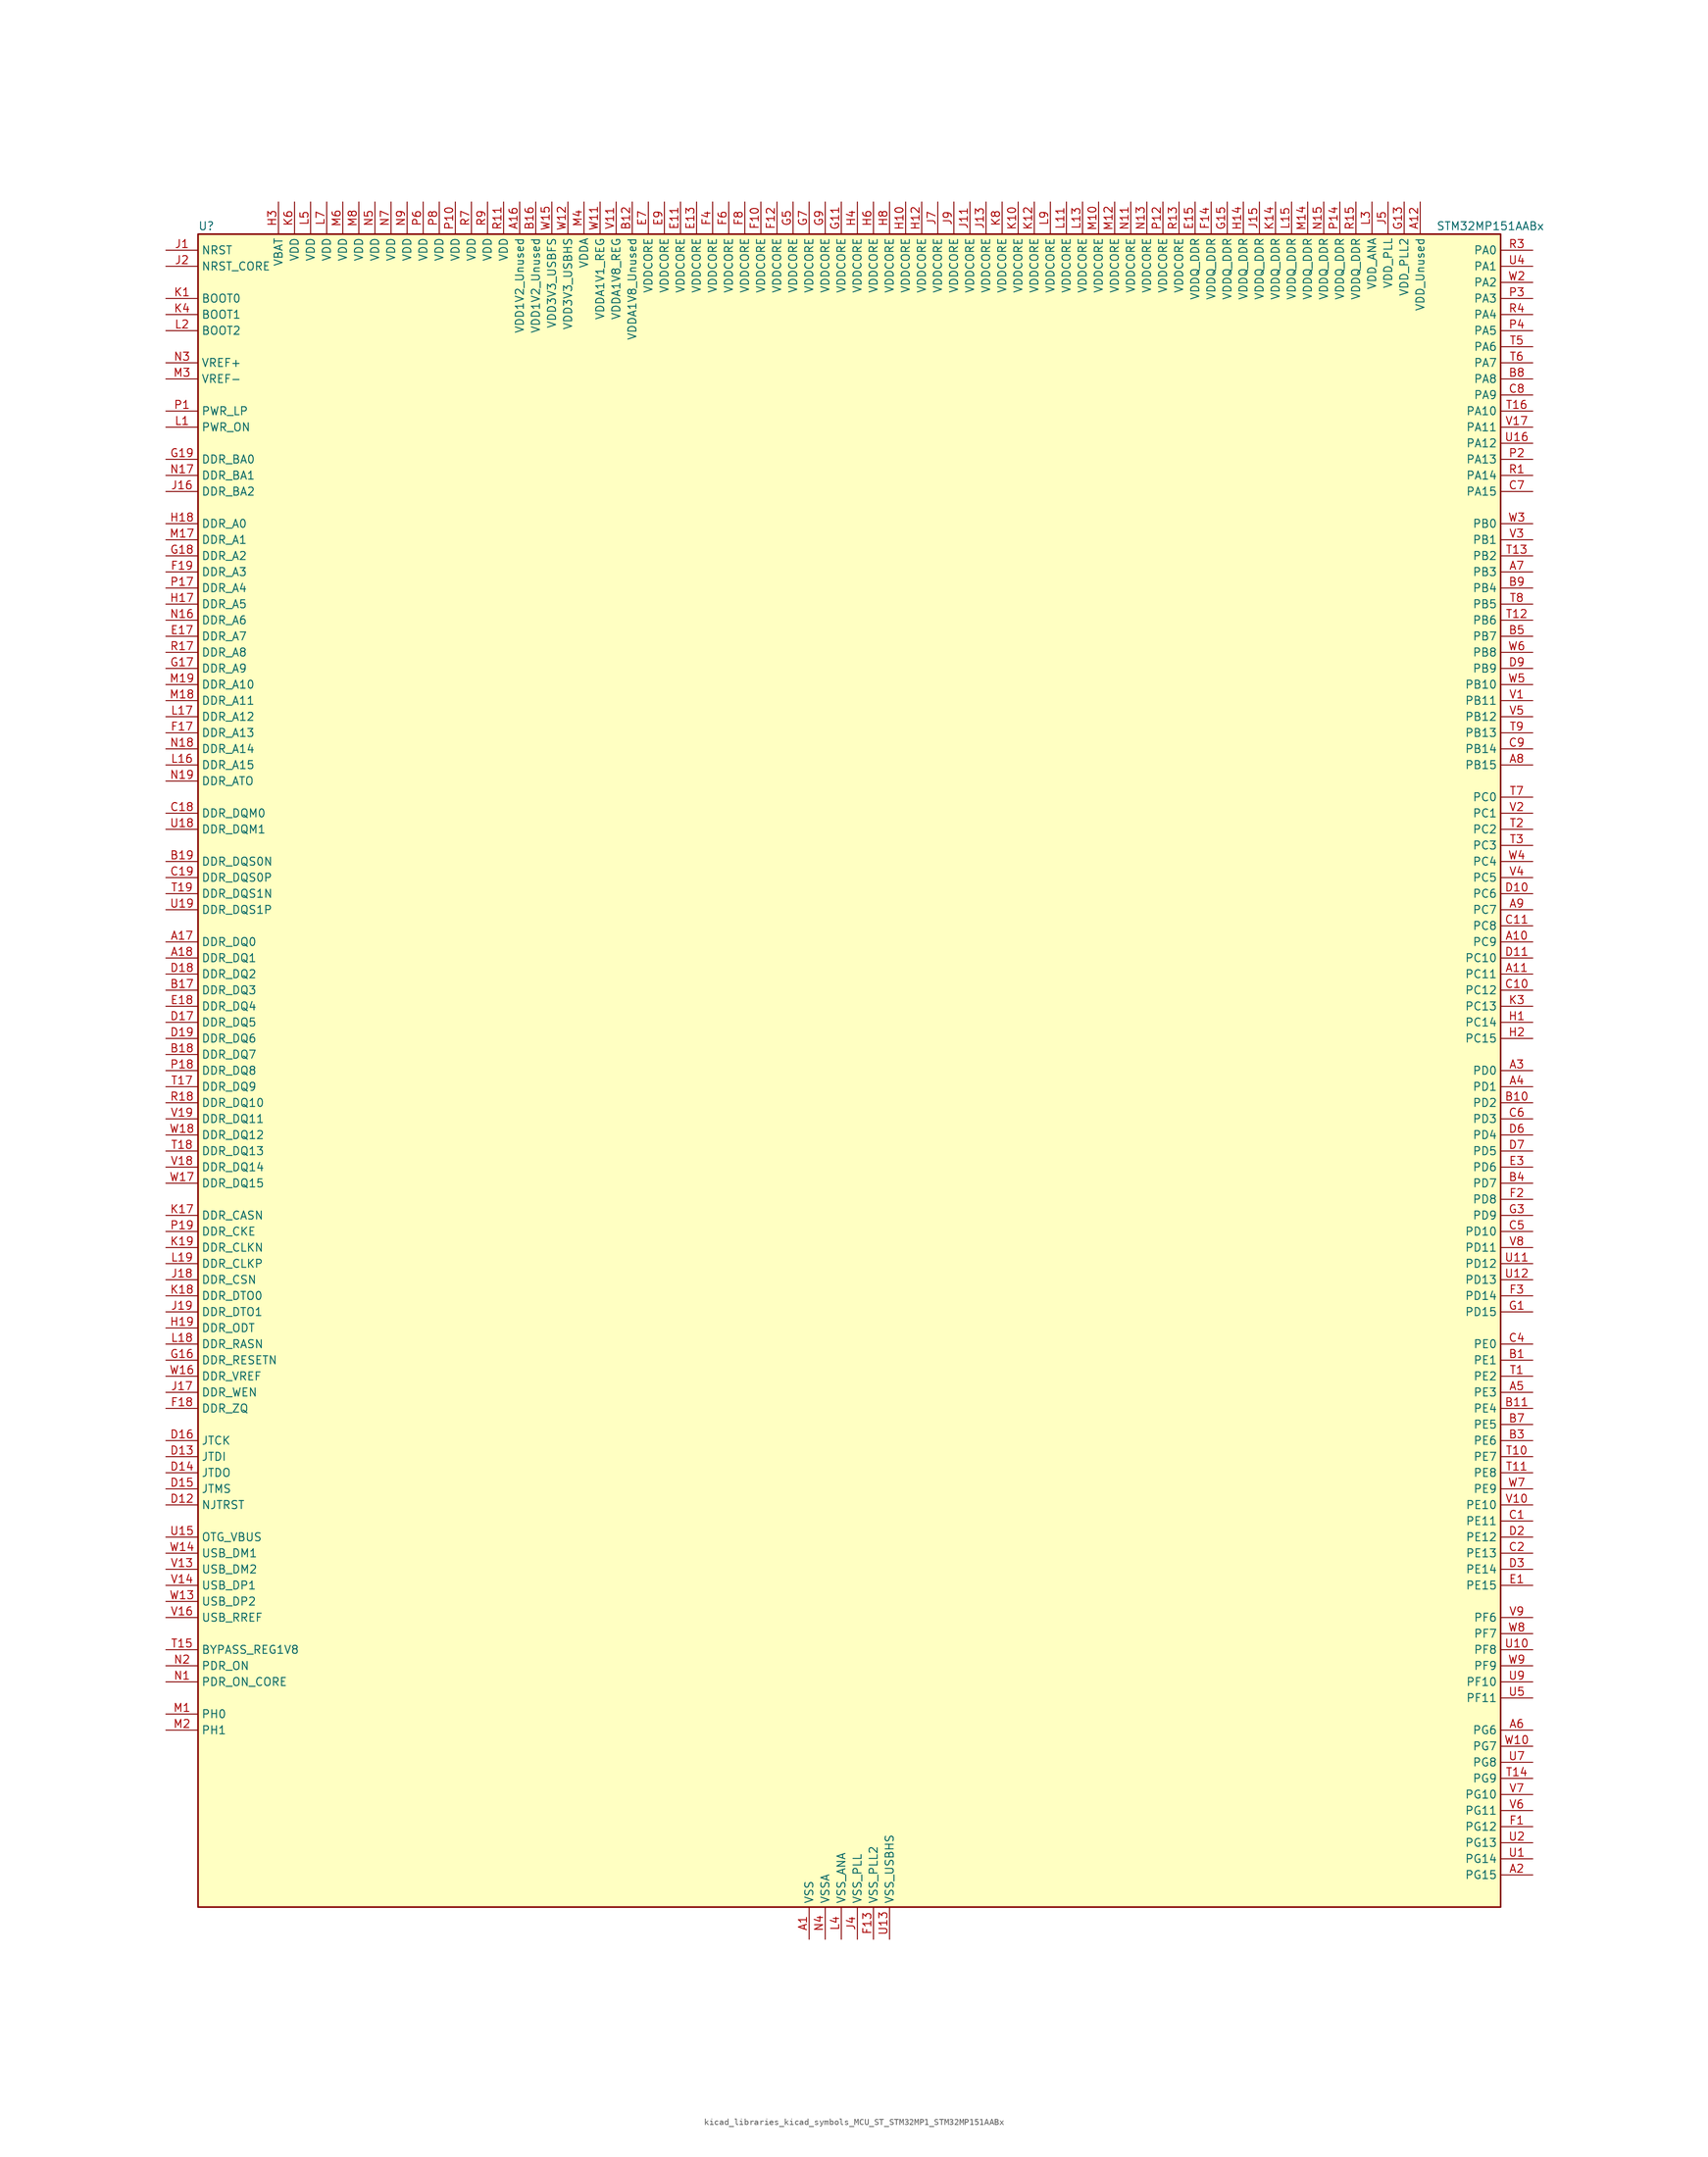
<source format=kicad_sym>
(kicad_symbol_lib
  (version 20220914)
  (generator kicad_symbol_editor)
  (symbol "kicad_libraries_kicad_symbols_MCU_ST_STM32MP1_STM32MP151AABx"
    (property "Reference" "U"
      (at -101.6 133.35 0)
      (effects (font (size 1.27 1.27)) (justify left)))
    (property "Value" "STM32MP151AABx"
      (at 93.98 133.35 0)
      (effects (font (size 1.27 1.27)) (justify left)))
    (property "ki_locked" ""
      (at 0 0 0)
      (effects (font (size 1.27 1.27))))
    (symbol "kicad_libraries_kicad_symbols_MCU_ST_STM32MP1_STM32MP151AABx_0_1"
      (rectangle (start -101.6 -132.08) (end 104.14 132.08) (stroke (width 0.254) (type default)) (fill (type background))))
    (symbol "kicad_libraries_kicad_symbols_MCU_ST_STM32MP1_STM32MP151AABx_1_1"
      (pin power_in line (at -5.08 -137.16 90) (length 5.08) (name "VSS" (effects (font (size 1.27 1.27)))) (number "A1" (effects (font (size 1.27 1.27)))))
      (pin bidirectional line (at 109.22 20.32 180) (length 5.08) (name "PC9" (effects (font (size 1.27 1.27)))) (number "A10" (effects (font (size 1.27 1.27)))) (alternate "DAC1_EXTI9" bidirectional line) (alternate "DCMI_D3" bidirectional line) (alternate "DEBUG_TRACED1" bidirectional line) (alternate "I2C3_SDA" bidirectional line) (alternate "I2S_CKIN" bidirectional line) (alternate "LTDC_B2" bidirectional line) (alternate "QUADSPI_BK1_IO0" bidirectional line) (alternate "SDMMC1_D1" bidirectional line) (alternate "TIM3_CH4" bidirectional line) (alternate "TIM8_CH4" bidirectional line) (alternate "UART5_CTS" bidirectional line))
      (pin bidirectional line (at 109.22 15.24 180) (length 5.08) (name "PC11" (effects (font (size 1.27 1.27)))) (number "A11" (effects (font (size 1.27 1.27)))) (alternate "ADC1_EXTI11" bidirectional line) (alternate "ADC2_EXTI11" bidirectional line) (alternate "DCMI_D4" bidirectional line) (alternate "DEBUG_TRACED3" bidirectional line) (alternate "DFSDM1_DATIN5" bidirectional line) (alternate "I2S3_SDI" bidirectional line) (alternate "QUADSPI_BK2_NCS" bidirectional line) (alternate "SAI4_SCK_B" bidirectional line) (alternate "SDMMC1_D3" bidirectional line) (alternate "SPI3_MISO" bidirectional line) (alternate "UART4_RX" bidirectional line) (alternate "USART3_RX" bidirectional line))
      (pin power_in line (at 91.44 137.16 270) (length 5.08) (name "VDD_Unused" (effects (font (size 1.27 1.27)))) (number "A12" (effects (font (size 1.27 1.27)))))
      (pin no_connect line (at -101.6 -132.08 0) (length 5.08) hide (name "DNU" (effects (font (size 1.27 1.27)))) (number "A13" (effects (font (size 1.27 1.27)))))
      (pin no_connect line (at -101.6 -129.54 0) (length 5.08) hide (name "DNU" (effects (font (size 1.27 1.27)))) (number "A14" (effects (font (size 1.27 1.27)))))
      (pin no_connect line (at -101.6 -127 0) (length 5.08) hide (name "DNU" (effects (font (size 1.27 1.27)))) (number "A15" (effects (font (size 1.27 1.27)))))
      (pin power_in line (at -50.8 137.16 270) (length 5.08) (name "VDD1V2_Unused" (effects (font (size 1.27 1.27)))) (number "A16" (effects (font (size 1.27 1.27)))))
      (pin bidirectional line (at -106.68 20.32 0) (length 5.08) (name "DDR_DQ0" (effects (font (size 1.27 1.27)))) (number "A17" (effects (font (size 1.27 1.27)))) (alternate "DDR_DQ0" bidirectional line))
      (pin bidirectional line (at -106.68 17.78 0) (length 5.08) (name "DDR_DQ1" (effects (font (size 1.27 1.27)))) (number "A18" (effects (font (size 1.27 1.27)))) (alternate "DDR_DQ1" bidirectional line))
      (pin passive line (at -5.08 -137.16 90) (length 5.08) hide (name "VSS" (effects (font (size 1.27 1.27)))) (number "A19" (effects (font (size 1.27 1.27)))))
      (pin bidirectional line (at 109.22 -127 180) (length 5.08) (name "PG15" (effects (font (size 1.27 1.27)))) (number "A2" (effects (font (size 1.27 1.27)))) (alternate "ADC1_EXTI15" bidirectional line) (alternate "ADC2_EXTI15" bidirectional line) (alternate "DCMI_D13" bidirectional line) (alternate "DEBUG_TRACED7" bidirectional line) (alternate "I2C2_SDA" bidirectional line) (alternate "SAI1_D2" bidirectional line) (alternate "SAI1_FS_A" bidirectional line) (alternate "SDMMC3_CK" bidirectional line) (alternate "USART6_CTS" bidirectional line) (alternate "USART6_NSS" bidirectional line))
      (pin bidirectional line (at 109.22 0 180) (length 5.08) (name "PD0" (effects (font (size 1.27 1.27)))) (number "A3" (effects (font (size 1.27 1.27)))) (alternate "DFSDM1_CKIN6" bidirectional line) (alternate "DFSDM1_DATIN7" bidirectional line) (alternate "FMC_D2" bidirectional line) (alternate "FMC_DA2" bidirectional line) (alternate "I2C5_SDA" bidirectional line) (alternate "I2C6_SDA" bidirectional line) (alternate "SAI3_SCK_A" bidirectional line) (alternate "SDMMC3_CMD" bidirectional line) (alternate "UART4_RX" bidirectional line))
      (pin bidirectional line (at 109.22 -2.54 180) (length 5.08) (name "PD1" (effects (font (size 1.27 1.27)))) (number "A4" (effects (font (size 1.27 1.27)))) (alternate "DFSDM1_CKIN7" bidirectional line) (alternate "DFSDM1_DATIN6" bidirectional line) (alternate "FMC_D3" bidirectional line) (alternate "FMC_DA3" bidirectional line) (alternate "I2C5_SCL" bidirectional line) (alternate "I2C6_SCL" bidirectional line) (alternate "SAI3_SD_A" bidirectional line) (alternate "SDMMC3_D0" bidirectional line) (alternate "UART4_TX" bidirectional line))
      (pin bidirectional line (at 109.22 -50.8 180) (length 5.08) (name "PE3" (effects (font (size 1.27 1.27)))) (number "A5" (effects (font (size 1.27 1.27)))) (alternate "DEBUG_TRACED0" bidirectional line) (alternate "FMC_A19" bidirectional line) (alternate "SAI1_SD_B" bidirectional line) (alternate "SDMMC2_CK" bidirectional line) (alternate "TIM15_BKIN" bidirectional line))
      (pin bidirectional line (at 109.22 -104.14 180) (length 5.08) (name "PG6" (effects (font (size 1.27 1.27)))) (number "A6" (effects (font (size 1.27 1.27)))) (alternate "DCMI_D12" bidirectional line) (alternate "DEBUG_TRACED14" bidirectional line) (alternate "LTDC_R7" bidirectional line) (alternate "SDMMC2_CMD" bidirectional line) (alternate "TIM17_BKIN" bidirectional line))
      (pin bidirectional line (at 109.22 78.74 180) (length 5.08) (name "PB3" (effects (font (size 1.27 1.27)))) (number "A7" (effects (font (size 1.27 1.27)))) (alternate "DEBUG_TRACED9" bidirectional line) (alternate "I2S1_CK" bidirectional line) (alternate "I2S3_CK" bidirectional line) (alternate "SAI4_CK1" bidirectional line) (alternate "SAI4_MCLK_A" bidirectional line) (alternate "SDMMC2_D2" bidirectional line) (alternate "SPI1_SCK" bidirectional line) (alternate "SPI3_SCK" bidirectional line) (alternate "SPI6_SCK" bidirectional line) (alternate "TIM2_CH2" bidirectional line) (alternate "UART7_RX" bidirectional line))
      (pin bidirectional line (at 109.22 48.26 180) (length 5.08) (name "PB15" (effects (font (size 1.27 1.27)))) (number "A8" (effects (font (size 1.27 1.27)))) (alternate "ADC1_EXTI15" bidirectional line) (alternate "ADC2_EXTI15" bidirectional line) (alternate "DFSDM1_CKIN2" bidirectional line) (alternate "I2S2_SDO" bidirectional line) (alternate "RTC_REFIN" bidirectional line) (alternate "SDMMC2_D1" bidirectional line) (alternate "SPI2_MOSI" bidirectional line) (alternate "TIM12_CH2" bidirectional line) (alternate "TIM1_CH3N" bidirectional line) (alternate "TIM8_CH3N" bidirectional line) (alternate "USART1_RX" bidirectional line))
      (pin bidirectional line (at 109.22 25.4 180) (length 5.08) (name "PC7" (effects (font (size 1.27 1.27)))) (number "A9" (effects (font (size 1.27 1.27)))) (alternate "DCMI_D1" bidirectional line) (alternate "DFSDM1_DATIN3" bidirectional line) (alternate "HDP_HDP4" bidirectional line) (alternate "I2S3_MCK" bidirectional line) (alternate "LTDC_G6" bidirectional line) (alternate "SDMMC1_D123DIR" bidirectional line) (alternate "SDMMC1_D7" bidirectional line) (alternate "SDMMC2_D123DIR" bidirectional line) (alternate "SDMMC2_D7" bidirectional line) (alternate "TIM3_CH2" bidirectional line) (alternate "TIM8_CH2" bidirectional line) (alternate "USART6_RX" bidirectional line))
      (pin bidirectional line (at 109.22 -45.72 180) (length 5.08) (name "PE1" (effects (font (size 1.27 1.27)))) (number "B1" (effects (font (size 1.27 1.27)))) (alternate "DCMI_D3" bidirectional line) (alternate "FMC_NBL1" bidirectional line) (alternate "I2S2_MCK" bidirectional line) (alternate "LPTIM1_IN2" bidirectional line) (alternate "SAI3_SD_B" bidirectional line) (alternate "UART8_TX" bidirectional line))
      (pin bidirectional line (at 109.22 -5.08 180) (length 5.08) (name "PD2" (effects (font (size 1.27 1.27)))) (number "B10" (effects (font (size 1.27 1.27)))) (alternate "DCMI_D11" bidirectional line) (alternate "I2C5_SMBA" bidirectional line) (alternate "SDMMC1_CMD" bidirectional line) (alternate "TIM3_ETR" bidirectional line) (alternate "UART4_RX" bidirectional line) (alternate "UART5_RX" bidirectional line))
      (pin bidirectional line (at 109.22 -53.34 180) (length 5.08) (name "PE4" (effects (font (size 1.27 1.27)))) (number "B11" (effects (font (size 1.27 1.27)))) (alternate "DCMI_D4" bidirectional line) (alternate "DEBUG_TRACED1" bidirectional line) (alternate "DFSDM1_DATIN3" bidirectional line) (alternate "FMC_A20" bidirectional line) (alternate "LTDC_B0" bidirectional line) (alternate "SAI1_D2" bidirectional line) (alternate "SAI1_FS_A" bidirectional line) (alternate "SDMMC1_CKIN" bidirectional line) (alternate "SDMMC1_D4" bidirectional line) (alternate "SDMMC2_CKIN" bidirectional line) (alternate "SDMMC2_D4" bidirectional line) (alternate "SPI4_NSS" bidirectional line) (alternate "TIM15_CH1N" bidirectional line))
      (pin power_in line (at -33.02 137.16 270) (length 5.08) (name "VDDA1V8_Unused" (effects (font (size 1.27 1.27)))) (number "B12" (effects (font (size 1.27 1.27)))))
      (pin no_connect line (at -101.6 -124.46 0) (length 5.08) hide (name "DNU" (effects (font (size 1.27 1.27)))) (number "B13" (effects (font (size 1.27 1.27)))))
      (pin no_connect line (at -101.6 -121.92 0) (length 5.08) hide (name "DNU" (effects (font (size 1.27 1.27)))) (number "B14" (effects (font (size 1.27 1.27)))))
      (pin no_connect line (at -101.6 -119.38 0) (length 5.08) hide (name "DNU" (effects (font (size 1.27 1.27)))) (number "B15" (effects (font (size 1.27 1.27)))))
      (pin power_in line (at -48.26 137.16 270) (length 5.08) (name "VDD1V2_Unused" (effects (font (size 1.27 1.27)))) (number "B16" (effects (font (size 1.27 1.27)))))
      (pin bidirectional line (at -106.68 12.7 0) (length 5.08) (name "DDR_DQ3" (effects (font (size 1.27 1.27)))) (number "B17" (effects (font (size 1.27 1.27)))) (alternate "DDR_DQ3" bidirectional line))
      (pin bidirectional line (at -106.68 2.54 0) (length 5.08) (name "DDR_DQ7" (effects (font (size 1.27 1.27)))) (number "B18" (effects (font (size 1.27 1.27)))) (alternate "DDR_DQ7" bidirectional line))
      (pin bidirectional line (at -106.68 33.02 0) (length 5.08) (name "DDR_DQS0N" (effects (font (size 1.27 1.27)))) (number "B19" (effects (font (size 1.27 1.27)))) (alternate "DDR_DQS0N" bidirectional line))
      (pin passive line (at -5.08 -137.16 90) (length 5.08) hide (name "VSS" (effects (font (size 1.27 1.27)))) (number "B2" (effects (font (size 1.27 1.27)))))
      (pin bidirectional line (at 109.22 -58.42 180) (length 5.08) (name "PE6" (effects (font (size 1.27 1.27)))) (number "B3" (effects (font (size 1.27 1.27)))) (alternate "DCMI_D7" bidirectional line) (alternate "DEBUG_TRACED2" bidirectional line) (alternate "FMC_A22" bidirectional line) (alternate "LTDC_G1" bidirectional line) (alternate "SAI1_D1" bidirectional line) (alternate "SAI1_SD_A" bidirectional line) (alternate "SAI2_MCLK_B" bidirectional line) (alternate "SDMMC1_D2" bidirectional line) (alternate "SDMMC2_D0" bidirectional line) (alternate "SPI4_MOSI" bidirectional line) (alternate "TIM15_CH2" bidirectional line) (alternate "TIM1_BKIN2" bidirectional line))
      (pin bidirectional line (at 109.22 -17.78 180) (length 5.08) (name "PD7" (effects (font (size 1.27 1.27)))) (number "B4" (effects (font (size 1.27 1.27)))) (alternate "DEBUG_TRACED6" bidirectional line) (alternate "DFSDM1_CKIN1" bidirectional line) (alternate "DFSDM1_DATIN4" bidirectional line) (alternate "FMC_NE1" bidirectional line) (alternate "I2C2_SCL" bidirectional line) (alternate "SDMMC3_D3" bidirectional line) (alternate "SPDIFRX_IN0" bidirectional line) (alternate "USART2_CK" bidirectional line))
      (pin bidirectional line (at 109.22 68.58 180) (length 5.08) (name "PB7" (effects (font (size 1.27 1.27)))) (number "B5" (effects (font (size 1.27 1.27)))) (alternate "DCMI_VSYNC" bidirectional line) (alternate "DFSDM1_CKIN5" bidirectional line) (alternate "FMC_NL" bidirectional line) (alternate "I2C1_SDA" bidirectional line) (alternate "I2C4_SDA" bidirectional line) (alternate "SDMMC2_D1" bidirectional line) (alternate "TIM17_CH1N" bidirectional line) (alternate "TIM4_CH2" bidirectional line) (alternate "USART1_RX" bidirectional line))
      (pin passive line (at -5.08 -137.16 90) (length 5.08) hide (name "VSS" (effects (font (size 1.27 1.27)))) (number "B6" (effects (font (size 1.27 1.27)))))
      (pin bidirectional line (at 109.22 -55.88 180) (length 5.08) (name "PE5" (effects (font (size 1.27 1.27)))) (number "B7" (effects (font (size 1.27 1.27)))) (alternate "DCMI_D6" bidirectional line) (alternate "DEBUG_TRACED3" bidirectional line) (alternate "DFSDM1_CKIN3" bidirectional line) (alternate "FMC_A21" bidirectional line) (alternate "LTDC_G0" bidirectional line) (alternate "SAI1_CK2" bidirectional line) (alternate "SAI1_SCK_A" bidirectional line) (alternate "SDMMC1_D0DIR" bidirectional line) (alternate "SDMMC1_D6" bidirectional line) (alternate "SDMMC2_D0DIR" bidirectional line) (alternate "SDMMC2_D6" bidirectional line) (alternate "SPI4_MISO" bidirectional line) (alternate "TIM15_CH1" bidirectional line))
      (pin bidirectional line (at 109.22 109.22 180) (length 5.08) (name "PA8" (effects (font (size 1.27 1.27)))) (number "B8" (effects (font (size 1.27 1.27)))) (alternate "I2C3_SCL" bidirectional line) (alternate "I2S3_SDO" bidirectional line) (alternate "LTDC_R6" bidirectional line) (alternate "RCC_MCO_1" bidirectional line) (alternate "SAI4_SD_B" bidirectional line) (alternate "SDMMC2_CKIN" bidirectional line) (alternate "SDMMC2_D4" bidirectional line) (alternate "SPI3_MOSI" bidirectional line) (alternate "TIM1_CH1" bidirectional line) (alternate "TIM8_BKIN2" bidirectional line) (alternate "UART7_RX" bidirectional line) (alternate "USART1_CK" bidirectional line) (alternate "USB_OTG_HS_SOF" bidirectional line))
      (pin bidirectional line (at 109.22 76.2 180) (length 5.08) (name "PB4" (effects (font (size 1.27 1.27)))) (number "B9" (effects (font (size 1.27 1.27)))) (alternate "DEBUG_TRACED8" bidirectional line) (alternate "I2S1_SDI" bidirectional line) (alternate "I2S2_WS" bidirectional line) (alternate "I2S3_SDI" bidirectional line) (alternate "SAI4_CK2" bidirectional line) (alternate "SAI4_SCK_A" bidirectional line) (alternate "SDMMC2_D3" bidirectional line) (alternate "SPI1_MISO" bidirectional line) (alternate "SPI2_NSS" bidirectional line) (alternate "SPI3_MISO" bidirectional line) (alternate "SPI6_MISO" bidirectional line) (alternate "TIM16_BKIN" bidirectional line) (alternate "TIM3_CH1" bidirectional line) (alternate "UART7_TX" bidirectional line))
      (pin bidirectional line (at 109.22 -71.12 180) (length 5.08) (name "PE11" (effects (font (size 1.27 1.27)))) (number "C1" (effects (font (size 1.27 1.27)))) (alternate "ADC1_EXTI11" bidirectional line) (alternate "ADC2_EXTI11" bidirectional line) (alternate "DCMI_D4" bidirectional line) (alternate "DFSDM1_CKIN4" bidirectional line) (alternate "FMC_D8" bidirectional line) (alternate "FMC_DA8" bidirectional line) (alternate "LTDC_G3" bidirectional line) (alternate "SAI2_SD_B" bidirectional line) (alternate "SPI4_NSS" bidirectional line) (alternate "TIM1_CH2" bidirectional line) (alternate "USART6_CK" bidirectional line))
      (pin bidirectional line (at 109.22 12.7 180) (length 5.08) (name "PC12" (effects (font (size 1.27 1.27)))) (number "C10" (effects (font (size 1.27 1.27)))) (alternate "DCMI_D9" bidirectional line) (alternate "DEBUG_TRACECLK" bidirectional line) (alternate "I2S3_SDO" bidirectional line) (alternate "RCC_MCO_2" bidirectional line) (alternate "SAI4_D3" bidirectional line) (alternate "SAI4_SD_B" bidirectional line) (alternate "SDMMC1_CK" bidirectional line) (alternate "SPI3_MOSI" bidirectional line) (alternate "UART5_TX" bidirectional line) (alternate "USART3_CK" bidirectional line))
      (pin bidirectional line (at 109.22 22.86 180) (length 5.08) (name "PC8" (effects (font (size 1.27 1.27)))) (number "C11" (effects (font (size 1.27 1.27)))) (alternate "DCMI_D2" bidirectional line) (alternate "DEBUG_TRACED0" bidirectional line) (alternate "SDMMC1_D0" bidirectional line) (alternate "TIM3_CH3" bidirectional line) (alternate "TIM8_CH3" bidirectional line) (alternate "UART4_TX" bidirectional line) (alternate "UART5_DE" bidirectional line) (alternate "UART5_RTS" bidirectional line) (alternate "USART6_CK" bidirectional line))
      (pin passive line (at -5.08 -137.16 90) (length 5.08) hide (name "VSS" (effects (font (size 1.27 1.27)))) (number "C12" (effects (font (size 1.27 1.27)))))
      (pin passive line (at -5.08 -137.16 90) (length 5.08) hide (name "VSS" (effects (font (size 1.27 1.27)))) (number "C13" (effects (font (size 1.27 1.27)))))
      (pin passive line (at -5.08 -137.16 90) (length 5.08) hide (name "VSS" (effects (font (size 1.27 1.27)))) (number "C14" (effects (font (size 1.27 1.27)))))
      (pin passive line (at -5.08 -137.16 90) (length 5.08) hide (name "VSS" (effects (font (size 1.27 1.27)))) (number "C15" (effects (font (size 1.27 1.27)))))
      (pin passive line (at -5.08 -137.16 90) (length 5.08) hide (name "VSS" (effects (font (size 1.27 1.27)))) (number "C16" (effects (font (size 1.27 1.27)))))
      (pin passive line (at -5.08 -137.16 90) (length 5.08) hide (name "VSS" (effects (font (size 1.27 1.27)))) (number "C17" (effects (font (size 1.27 1.27)))))
      (pin bidirectional line (at -106.68 40.64 0) (length 5.08) (name "DDR_DQM0" (effects (font (size 1.27 1.27)))) (number "C18" (effects (font (size 1.27 1.27)))) (alternate "DDR_DQM0" bidirectional line))
      (pin bidirectional line (at -106.68 30.48 0) (length 5.08) (name "DDR_DQS0P" (effects (font (size 1.27 1.27)))) (number "C19" (effects (font (size 1.27 1.27)))) (alternate "DDR_DQS0P" bidirectional line))
      (pin bidirectional line (at 109.22 -76.2 180) (length 5.08) (name "PE13" (effects (font (size 1.27 1.27)))) (number "C2" (effects (font (size 1.27 1.27)))) (alternate "DCMI_D6" bidirectional line) (alternate "DFSDM1_CKIN5" bidirectional line) (alternate "FMC_D10" bidirectional line) (alternate "FMC_DA10" bidirectional line) (alternate "HDP_HDP2" bidirectional line) (alternate "LTDC_DE" bidirectional line) (alternate "SAI2_FS_B" bidirectional line) (alternate "SPI4_MISO" bidirectional line) (alternate "TIM1_CH3" bidirectional line))
      (pin passive line (at -5.08 -137.16 90) (length 5.08) hide (name "VSS" (effects (font (size 1.27 1.27)))) (number "C3" (effects (font (size 1.27 1.27)))))
      (pin bidirectional line (at 109.22 -43.18 180) (length 5.08) (name "PE0" (effects (font (size 1.27 1.27)))) (number "C4" (effects (font (size 1.27 1.27)))) (alternate "DCMI_D2" bidirectional line) (alternate "FMC_NBL0" bidirectional line) (alternate "I2S3_CK" bidirectional line) (alternate "LPTIM1_ETR" bidirectional line) (alternate "LPTIM2_ETR" bidirectional line) (alternate "SAI2_MCLK_A" bidirectional line) (alternate "SAI4_MCLK_B" bidirectional line) (alternate "SPI3_SCK" bidirectional line) (alternate "TIM4_ETR" bidirectional line) (alternate "UART8_RX" bidirectional line))
      (pin bidirectional line (at 109.22 -25.4 180) (length 5.08) (name "PD10" (effects (font (size 1.27 1.27)))) (number "C5" (effects (font (size 1.27 1.27)))) (alternate "DFSDM1_CKOUT" bidirectional line) (alternate "FMC_D15" bidirectional line) (alternate "FMC_DA15" bidirectional line) (alternate "I2C5_SMBA" bidirectional line) (alternate "I2S3_SDI" bidirectional line) (alternate "LTDC_B3" bidirectional line) (alternate "RTC_REFIN" bidirectional line) (alternate "SAI3_FS_B" bidirectional line) (alternate "SPI3_MISO" bidirectional line) (alternate "TIM16_BKIN" bidirectional line) (alternate "USART3_CK" bidirectional line))
      (pin bidirectional line (at 109.22 -7.62 180) (length 5.08) (name "PD3" (effects (font (size 1.27 1.27)))) (number "C6" (effects (font (size 1.27 1.27)))) (alternate "DCMI_D5" bidirectional line) (alternate "DFSDM1_CKOUT" bidirectional line) (alternate "DFSDM1_DATIN0" bidirectional line) (alternate "FMC_CLK" bidirectional line) (alternate "HDP_HDP5" bidirectional line) (alternate "I2S2_CK" bidirectional line) (alternate "LTDC_G7" bidirectional line) (alternate "SDMMC1_D123DIR" bidirectional line) (alternate "SDMMC1_D7" bidirectional line) (alternate "SDMMC2_D123DIR" bidirectional line) (alternate "SDMMC2_D7" bidirectional line) (alternate "SPI2_SCK" bidirectional line) (alternate "USART2_CTS" bidirectional line) (alternate "USART2_NSS" bidirectional line))
      (pin bidirectional line (at 109.22 91.44 180) (length 5.08) (name "PA15" (effects (font (size 1.27 1.27)))) (number "C7" (effects (font (size 1.27 1.27)))) (alternate "ADC1_EXTI15" bidirectional line) (alternate "ADC2_EXTI15" bidirectional line) (alternate "CEC" bidirectional line) (alternate "DEBUG_DBTRGI" bidirectional line) (alternate "I2S1_WS" bidirectional line) (alternate "I2S3_WS" bidirectional line) (alternate "LTDC_R1" bidirectional line) (alternate "SAI4_D2" bidirectional line) (alternate "SAI4_FS_A" bidirectional line) (alternate "SDMMC1_CDIR" bidirectional line) (alternate "SDMMC1_D5" bidirectional line) (alternate "SDMMC2_CDIR" bidirectional line) (alternate "SDMMC2_D5" bidirectional line) (alternate "SPI1_NSS" bidirectional line) (alternate "SPI3_NSS" bidirectional line) (alternate "SPI6_NSS" bidirectional line) (alternate "TIM2_CH1" bidirectional line) (alternate "TIM2_ETR" bidirectional line) (alternate "UART4_DE" bidirectional line) (alternate "UART4_RTS" bidirectional line) (alternate "UART7_TX" bidirectional line))
      (pin bidirectional line (at 109.22 106.68 180) (length 5.08) (name "PA9" (effects (font (size 1.27 1.27)))) (number "C8" (effects (font (size 1.27 1.27)))) (alternate "DAC1_EXTI9" bidirectional line) (alternate "DCMI_D0" bidirectional line) (alternate "I2C3_SMBA" bidirectional line) (alternate "I2S2_CK" bidirectional line) (alternate "LTDC_R5" bidirectional line) (alternate "SDMMC2_CDIR" bidirectional line) (alternate "SDMMC2_D5" bidirectional line) (alternate "SPI2_SCK" bidirectional line) (alternate "TIM1_CH2" bidirectional line) (alternate "USART1_TX" bidirectional line))
      (pin bidirectional line (at 109.22 50.8 180) (length 5.08) (name "PB14" (effects (font (size 1.27 1.27)))) (number "C9" (effects (font (size 1.27 1.27)))) (alternate "DFSDM1_DATIN2" bidirectional line) (alternate "I2S2_SDI" bidirectional line) (alternate "SDMMC2_D0" bidirectional line) (alternate "SPI2_MISO" bidirectional line) (alternate "TIM12_CH1" bidirectional line) (alternate "TIM1_CH2N" bidirectional line) (alternate "TIM8_CH2N" bidirectional line) (alternate "USART1_TX" bidirectional line) (alternate "USART3_DE" bidirectional line) (alternate "USART3_RTS" bidirectional line))
      (pin passive line (at -5.08 -137.16 90) (length 5.08) hide (name "VSS" (effects (font (size 1.27 1.27)))) (number "D1" (effects (font (size 1.27 1.27)))))
      (pin bidirectional line (at 109.22 27.94 180) (length 5.08) (name "PC6" (effects (font (size 1.27 1.27)))) (number "D10" (effects (font (size 1.27 1.27)))) (alternate "DCMI_D0" bidirectional line) (alternate "DFSDM1_CKIN3" bidirectional line) (alternate "HDP_HDP1" bidirectional line) (alternate "I2S2_MCK" bidirectional line) (alternate "LTDC_HSYNC" bidirectional line) (alternate "SDMMC1_D0DIR" bidirectional line) (alternate "SDMMC1_D6" bidirectional line) (alternate "SDMMC2_D0DIR" bidirectional line) (alternate "SDMMC2_D6" bidirectional line) (alternate "TIM3_CH1" bidirectional line) (alternate "TIM8_CH1" bidirectional line) (alternate "USART6_TX" bidirectional line))
      (pin bidirectional line (at 109.22 17.78 180) (length 5.08) (name "PC10" (effects (font (size 1.27 1.27)))) (number "D11" (effects (font (size 1.27 1.27)))) (alternate "DCMI_D8" bidirectional line) (alternate "DEBUG_TRACED2" bidirectional line) (alternate "DFSDM1_CKIN5" bidirectional line) (alternate "I2S3_CK" bidirectional line) (alternate "LTDC_R2" bidirectional line) (alternate "QUADSPI_BK1_IO1" bidirectional line) (alternate "SAI4_MCLK_B" bidirectional line) (alternate "SDMMC1_D2" bidirectional line) (alternate "SPI3_SCK" bidirectional line) (alternate "UART4_TX" bidirectional line) (alternate "USART3_TX" bidirectional line))
      (pin bidirectional line (at -106.68 -68.58 0) (length 5.08) (name "NJTRST" (effects (font (size 1.27 1.27)))) (number "D12" (effects (font (size 1.27 1.27)))) (alternate "DEBUG_JTRST" bidirectional line))
      (pin bidirectional line (at -106.68 -60.96 0) (length 5.08) (name "JTDI" (effects (font (size 1.27 1.27)))) (number "D13" (effects (font (size 1.27 1.27)))) (alternate "DEBUG_JTDI" bidirectional line))
      (pin bidirectional line (at -106.68 -63.5 0) (length 5.08) (name "JTDO" (effects (font (size 1.27 1.27)))) (number "D14" (effects (font (size 1.27 1.27)))) (alternate "DEBUG_JTDO-SWO" bidirectional line))
      (pin bidirectional line (at -106.68 -66.04 0) (length 5.08) (name "JTMS" (effects (font (size 1.27 1.27)))) (number "D15" (effects (font (size 1.27 1.27)))) (alternate "DEBUG_JTMS-SWDIO" bidirectional line))
      (pin bidirectional line (at -106.68 -58.42 0) (length 5.08) (name "JTCK" (effects (font (size 1.27 1.27)))) (number "D16" (effects (font (size 1.27 1.27)))) (alternate "DEBUG_JTCK-SWCLK" bidirectional line))
      (pin bidirectional line (at -106.68 7.62 0) (length 5.08) (name "DDR_DQ5" (effects (font (size 1.27 1.27)))) (number "D17" (effects (font (size 1.27 1.27)))) (alternate "DDR_DQ5" bidirectional line))
      (pin bidirectional line (at -106.68 15.24 0) (length 5.08) (name "DDR_DQ2" (effects (font (size 1.27 1.27)))) (number "D18" (effects (font (size 1.27 1.27)))) (alternate "DDR_DQ2" bidirectional line))
      (pin bidirectional line (at -106.68 5.08 0) (length 5.08) (name "DDR_DQ6" (effects (font (size 1.27 1.27)))) (number "D19" (effects (font (size 1.27 1.27)))) (alternate "DDR_DQ6" bidirectional line))
      (pin bidirectional line (at 109.22 -73.66 180) (length 5.08) (name "PE12" (effects (font (size 1.27 1.27)))) (number "D2" (effects (font (size 1.27 1.27)))) (alternate "DFSDM1_DATIN5" bidirectional line) (alternate "FMC_D9" bidirectional line) (alternate "FMC_DA9" bidirectional line) (alternate "LTDC_B4" bidirectional line) (alternate "SAI2_SCK_B" bidirectional line) (alternate "SDMMC1_D0DIR" bidirectional line) (alternate "SPI4_SCK" bidirectional line) (alternate "TIM1_CH3N" bidirectional line))
      (pin bidirectional line (at 109.22 -78.74 180) (length 5.08) (name "PE14" (effects (font (size 1.27 1.27)))) (number "D3" (effects (font (size 1.27 1.27)))) (alternate "FMC_D11" bidirectional line) (alternate "FMC_DA11" bidirectional line) (alternate "LTDC_CLK" bidirectional line) (alternate "LTDC_G0" bidirectional line) (alternate "SAI2_MCLK_B" bidirectional line) (alternate "SDMMC1_D123DIR" bidirectional line) (alternate "SPI4_MOSI" bidirectional line) (alternate "TIM1_CH4" bidirectional line) (alternate "UART8_DE" bidirectional line) (alternate "UART8_RTS" bidirectional line))
      (pin passive line (at -5.08 -137.16 90) (length 5.08) hide (name "VSS" (effects (font (size 1.27 1.27)))) (number "D4" (effects (font (size 1.27 1.27)))))
      (pin passive line (at -5.08 -137.16 90) (length 5.08) hide (name "VSS" (effects (font (size 1.27 1.27)))) (number "D5" (effects (font (size 1.27 1.27)))))
      (pin bidirectional line (at 109.22 -10.16 180) (length 5.08) (name "PD4" (effects (font (size 1.27 1.27)))) (number "D6" (effects (font (size 1.27 1.27)))) (alternate "DFSDM1_CKIN0" bidirectional line) (alternate "FMC_NOE" bidirectional line) (alternate "SAI3_FS_A" bidirectional line) (alternate "SDMMC3_D1" bidirectional line) (alternate "USART2_DE" bidirectional line) (alternate "USART2_RTS" bidirectional line))
      (pin bidirectional line (at 109.22 -12.7 180) (length 5.08) (name "PD5" (effects (font (size 1.27 1.27)))) (number "D7" (effects (font (size 1.27 1.27)))) (alternate "FMC_NWE" bidirectional line) (alternate "SDMMC3_D2" bidirectional line) (alternate "USART2_TX" bidirectional line))
      (pin passive line (at -5.08 -137.16 90) (length 5.08) hide (name "VSS" (effects (font (size 1.27 1.27)))) (number "D8" (effects (font (size 1.27 1.27)))))
      (pin bidirectional line (at 109.22 63.5 180) (length 5.08) (name "PB9" (effects (font (size 1.27 1.27)))) (number "D9" (effects (font (size 1.27 1.27)))) (alternate "DAC1_EXTI9" bidirectional line) (alternate "DCMI_D7" bidirectional line) (alternate "DFSDM1_DATIN7" bidirectional line) (alternate "HDP_HDP7" bidirectional line) (alternate "I2C1_SDA" bidirectional line) (alternate "I2C4_SDA" bidirectional line) (alternate "I2S2_WS" bidirectional line) (alternate "LTDC_B7" bidirectional line) (alternate "SDMMC1_CDIR" bidirectional line) (alternate "SDMMC1_D5" bidirectional line) (alternate "SDMMC2_CDIR" bidirectional line) (alternate "SDMMC2_D5" bidirectional line) (alternate "SPI2_NSS" bidirectional line) (alternate "TIM17_CH1" bidirectional line) (alternate "TIM4_CH4" bidirectional line) (alternate "UART4_TX" bidirectional line))
      (pin bidirectional line (at 109.22 -81.28 180) (length 5.08) (name "PE15" (effects (font (size 1.27 1.27)))) (number "E1" (effects (font (size 1.27 1.27)))) (alternate "ADC1_EXTI15" bidirectional line) (alternate "ADC2_EXTI15" bidirectional line) (alternate "FMC_D12" bidirectional line) (alternate "FMC_DA12" bidirectional line) (alternate "FMC_NCE2" bidirectional line) (alternate "HDP_HDP3" bidirectional line) (alternate "LTDC_R7" bidirectional line) (alternate "TIM15_BKIN" bidirectional line) (alternate "TIM1_BKIN" bidirectional line) (alternate "UART8_CTS" bidirectional line) (alternate "USART2_CTS" bidirectional line) (alternate "USART2_NSS" bidirectional line))
      (pin passive line (at -5.08 -137.16 90) (length 5.08) hide (name "VSS" (effects (font (size 1.27 1.27)))) (number "E10" (effects (font (size 1.27 1.27)))))
      (pin power_in line (at -25.4 137.16 270) (length 5.08) (name "VDDCORE" (effects (font (size 1.27 1.27)))) (number "E11" (effects (font (size 1.27 1.27)))))
      (pin passive line (at -5.08 -137.16 90) (length 5.08) hide (name "VSS" (effects (font (size 1.27 1.27)))) (number "E12" (effects (font (size 1.27 1.27)))))
      (pin power_in line (at -22.86 137.16 270) (length 5.08) (name "VDDCORE" (effects (font (size 1.27 1.27)))) (number "E13" (effects (font (size 1.27 1.27)))))
      (pin passive line (at -5.08 -137.16 90) (length 5.08) hide (name "VSS" (effects (font (size 1.27 1.27)))) (number "E14" (effects (font (size 1.27 1.27)))))
      (pin power_in line (at 55.88 137.16 270) (length 5.08) (name "VDDQ_DDR" (effects (font (size 1.27 1.27)))) (number "E15" (effects (font (size 1.27 1.27)))))
      (pin passive line (at -5.08 -137.16 90) (length 5.08) hide (name "VSS" (effects (font (size 1.27 1.27)))) (number "E16" (effects (font (size 1.27 1.27)))))
      (pin bidirectional line (at -106.68 68.58 0) (length 5.08) (name "DDR_A7" (effects (font (size 1.27 1.27)))) (number "E17" (effects (font (size 1.27 1.27)))) (alternate "DDR_A7" bidirectional line))
      (pin bidirectional line (at -106.68 10.16 0) (length 5.08) (name "DDR_DQ4" (effects (font (size 1.27 1.27)))) (number "E18" (effects (font (size 1.27 1.27)))) (alternate "DDR_DQ4" bidirectional line))
      (pin passive line (at -5.08 -137.16 90) (length 5.08) hide (name "VSS" (effects (font (size 1.27 1.27)))) (number "E2" (effects (font (size 1.27 1.27)))))
      (pin bidirectional line (at 109.22 -15.24 180) (length 5.08) (name "PD6" (effects (font (size 1.27 1.27)))) (number "E3" (effects (font (size 1.27 1.27)))) (alternate "DCMI_D10" bidirectional line) (alternate "DFSDM1_CKIN4" bidirectional line) (alternate "DFSDM1_DATIN1" bidirectional line) (alternate "FMC_NWAIT" bidirectional line) (alternate "I2S3_SDO" bidirectional line) (alternate "LTDC_B2" bidirectional line) (alternate "SAI1_D1" bidirectional line) (alternate "SAI1_SD_A" bidirectional line) (alternate "SPI3_MOSI" bidirectional line) (alternate "TIM16_CH1N" bidirectional line) (alternate "USART2_RX" bidirectional line))
      (pin passive line (at -5.08 -137.16 90) (length 5.08) hide (name "VSS" (effects (font (size 1.27 1.27)))) (number "E4" (effects (font (size 1.27 1.27)))))
      (pin passive line (at -5.08 -137.16 90) (length 5.08) hide (name "VSS" (effects (font (size 1.27 1.27)))) (number "E5" (effects (font (size 1.27 1.27)))))
      (pin passive line (at -5.08 -137.16 90) (length 5.08) hide (name "VSS" (effects (font (size 1.27 1.27)))) (number "E6" (effects (font (size 1.27 1.27)))))
      (pin power_in line (at -30.48 137.16 270) (length 5.08) (name "VDDCORE" (effects (font (size 1.27 1.27)))) (number "E7" (effects (font (size 1.27 1.27)))))
      (pin passive line (at -5.08 -137.16 90) (length 5.08) hide (name "VSS" (effects (font (size 1.27 1.27)))) (number "E8" (effects (font (size 1.27 1.27)))))
      (pin power_in line (at -27.94 137.16 270) (length 5.08) (name "VDDCORE" (effects (font (size 1.27 1.27)))) (number "E9" (effects (font (size 1.27 1.27)))))
      (pin bidirectional line (at 109.22 -119.38 180) (length 5.08) (name "PG12" (effects (font (size 1.27 1.27)))) (number "F1" (effects (font (size 1.27 1.27)))) (alternate "ETH1_PHY_INTN" bidirectional line) (alternate "FMC_NE4" bidirectional line) (alternate "LPTIM1_IN1" bidirectional line) (alternate "LTDC_B1" bidirectional line) (alternate "LTDC_B4" bidirectional line) (alternate "SAI4_CK2" bidirectional line) (alternate "SAI4_SCK_A" bidirectional line) (alternate "SPDIFRX_IN1" bidirectional line) (alternate "SPI6_MISO" bidirectional line) (alternate "USART6_DE" bidirectional line) (alternate "USART6_RTS" bidirectional line))
      (pin power_in line (at -12.7 137.16 270) (length 5.08) (name "VDDCORE" (effects (font (size 1.27 1.27)))) (number "F10" (effects (font (size 1.27 1.27)))))
      (pin passive line (at -5.08 -137.16 90) (length 5.08) hide (name "VSS" (effects (font (size 1.27 1.27)))) (number "F11" (effects (font (size 1.27 1.27)))))
      (pin power_in line (at -10.16 137.16 270) (length 5.08) (name "VDDCORE" (effects (font (size 1.27 1.27)))) (number "F12" (effects (font (size 1.27 1.27)))))
      (pin power_in line (at 5.08 -137.16 90) (length 5.08) (name "VSS_PLL2" (effects (font (size 1.27 1.27)))) (number "F13" (effects (font (size 1.27 1.27)))))
      (pin power_in line (at 58.42 137.16 270) (length 5.08) (name "VDDQ_DDR" (effects (font (size 1.27 1.27)))) (number "F14" (effects (font (size 1.27 1.27)))))
      (pin passive line (at -5.08 -137.16 90) (length 5.08) hide (name "VSS" (effects (font (size 1.27 1.27)))) (number "F15" (effects (font (size 1.27 1.27)))))
      (pin bidirectional line (at -106.68 53.34 0) (length 5.08) (name "DDR_A13" (effects (font (size 1.27 1.27)))) (number "F17" (effects (font (size 1.27 1.27)))) (alternate "DDR_A13" bidirectional line))
      (pin bidirectional line (at -106.68 -53.34 0) (length 5.08) (name "DDR_ZQ" (effects (font (size 1.27 1.27)))) (number "F18" (effects (font (size 1.27 1.27)))) (alternate "DDR_ZQ" bidirectional line))
      (pin bidirectional line (at -106.68 78.74 0) (length 5.08) (name "DDR_A3" (effects (font (size 1.27 1.27)))) (number "F19" (effects (font (size 1.27 1.27)))) (alternate "DDR_A3" bidirectional line))
      (pin bidirectional line (at 109.22 -20.32 180) (length 5.08) (name "PD8" (effects (font (size 1.27 1.27)))) (number "F2" (effects (font (size 1.27 1.27)))) (alternate "DFSDM1_CKIN3" bidirectional line) (alternate "FMC_D13" bidirectional line) (alternate "FMC_DA13" bidirectional line) (alternate "LTDC_B7" bidirectional line) (alternate "SAI3_SCK_B" bidirectional line) (alternate "SPDIFRX_IN1" bidirectional line) (alternate "USART3_TX" bidirectional line))
      (pin bidirectional line (at 109.22 -35.56 180) (length 5.08) (name "PD14" (effects (font (size 1.27 1.27)))) (number "F3" (effects (font (size 1.27 1.27)))) (alternate "FMC_D0" bidirectional line) (alternate "FMC_DA0" bidirectional line) (alternate "SAI3_MCLK_B" bidirectional line) (alternate "TIM4_CH3" bidirectional line) (alternate "UART8_CTS" bidirectional line))
      (pin power_in line (at -20.32 137.16 270) (length 5.08) (name "VDDCORE" (effects (font (size 1.27 1.27)))) (number "F4" (effects (font (size 1.27 1.27)))))
      (pin passive line (at -5.08 -137.16 90) (length 5.08) hide (name "VSS" (effects (font (size 1.27 1.27)))) (number "F5" (effects (font (size 1.27 1.27)))))
      (pin power_in line (at -17.78 137.16 270) (length 5.08) (name "VDDCORE" (effects (font (size 1.27 1.27)))) (number "F6" (effects (font (size 1.27 1.27)))))
      (pin passive line (at -5.08 -137.16 90) (length 5.08) hide (name "VSS" (effects (font (size 1.27 1.27)))) (number "F7" (effects (font (size 1.27 1.27)))))
      (pin power_in line (at -15.24 137.16 270) (length 5.08) (name "VDDCORE" (effects (font (size 1.27 1.27)))) (number "F8" (effects (font (size 1.27 1.27)))))
      (pin passive line (at -5.08 -137.16 90) (length 5.08) hide (name "VSS" (effects (font (size 1.27 1.27)))) (number "F9" (effects (font (size 1.27 1.27)))))
      (pin bidirectional line (at 109.22 -38.1 180) (length 5.08) (name "PD15" (effects (font (size 1.27 1.27)))) (number "G1" (effects (font (size 1.27 1.27)))) (alternate "ADC1_EXTI15" bidirectional line) (alternate "ADC2_EXTI15" bidirectional line) (alternate "FMC_D1" bidirectional line) (alternate "FMC_DA1" bidirectional line) (alternate "LTDC_R1" bidirectional line) (alternate "SAI3_MCLK_A" bidirectional line) (alternate "TIM4_CH4" bidirectional line) (alternate "UART8_CTS" bidirectional line))
      (pin passive line (at -5.08 -137.16 90) (length 5.08) hide (name "VSS" (effects (font (size 1.27 1.27)))) (number "G10" (effects (font (size 1.27 1.27)))))
      (pin power_in line (at 0 137.16 270) (length 5.08) (name "VDDCORE" (effects (font (size 1.27 1.27)))) (number "G11" (effects (font (size 1.27 1.27)))))
      (pin passive line (at -5.08 -137.16 90) (length 5.08) hide (name "VSS" (effects (font (size 1.27 1.27)))) (number "G12" (effects (font (size 1.27 1.27)))))
      (pin power_in line (at 88.9 137.16 270) (length 5.08) (name "VDD_PLL2" (effects (font (size 1.27 1.27)))) (number "G13" (effects (font (size 1.27 1.27)))))
      (pin passive line (at -5.08 -137.16 90) (length 5.08) hide (name "VSS" (effects (font (size 1.27 1.27)))) (number "G14" (effects (font (size 1.27 1.27)))))
      (pin power_in line (at 60.96 137.16 270) (length 5.08) (name "VDDQ_DDR" (effects (font (size 1.27 1.27)))) (number "G15" (effects (font (size 1.27 1.27)))))
      (pin bidirectional line (at -106.68 -45.72 0) (length 5.08) (name "DDR_RESETN" (effects (font (size 1.27 1.27)))) (number "G16" (effects (font (size 1.27 1.27)))) (alternate "DDR_RESETN" bidirectional line))
      (pin bidirectional line (at -106.68 63.5 0) (length 5.08) (name "DDR_A9" (effects (font (size 1.27 1.27)))) (number "G17" (effects (font (size 1.27 1.27)))) (alternate "DDR_A9" bidirectional line))
      (pin bidirectional line (at -106.68 81.28 0) (length 5.08) (name "DDR_A2" (effects (font (size 1.27 1.27)))) (number "G18" (effects (font (size 1.27 1.27)))) (alternate "DDR_A2" bidirectional line))
      (pin bidirectional line (at -106.68 96.52 0) (length 5.08) (name "DDR_BA0" (effects (font (size 1.27 1.27)))) (number "G19" (effects (font (size 1.27 1.27)))) (alternate "DDR_BA0" bidirectional line))
      (pin passive line (at -5.08 -137.16 90) (length 5.08) hide (name "VSS" (effects (font (size 1.27 1.27)))) (number "G2" (effects (font (size 1.27 1.27)))))
      (pin bidirectional line (at 109.22 -22.86 180) (length 5.08) (name "PD9" (effects (font (size 1.27 1.27)))) (number "G3" (effects (font (size 1.27 1.27)))) (alternate "DAC1_EXTI9" bidirectional line) (alternate "DCMI_HSYNC" bidirectional line) (alternate "DFSDM1_DATIN3" bidirectional line) (alternate "FMC_D14" bidirectional line) (alternate "FMC_DA14" bidirectional line) (alternate "LTDC_B0" bidirectional line) (alternate "SAI3_SD_B" bidirectional line) (alternate "USART3_RX" bidirectional line))
      (pin passive line (at -5.08 -137.16 90) (length 5.08) hide (name "VSS" (effects (font (size 1.27 1.27)))) (number "G4" (effects (font (size 1.27 1.27)))))
      (pin power_in line (at -7.62 137.16 270) (length 5.08) (name "VDDCORE" (effects (font (size 1.27 1.27)))) (number "G5" (effects (font (size 1.27 1.27)))))
      (pin passive line (at -5.08 -137.16 90) (length 5.08) hide (name "VSS" (effects (font (size 1.27 1.27)))) (number "G6" (effects (font (size 1.27 1.27)))))
      (pin power_in line (at -5.08 137.16 270) (length 5.08) (name "VDDCORE" (effects (font (size 1.27 1.27)))) (number "G7" (effects (font (size 1.27 1.27)))))
      (pin passive line (at -5.08 -137.16 90) (length 5.08) hide (name "VSS" (effects (font (size 1.27 1.27)))) (number "G8" (effects (font (size 1.27 1.27)))))
      (pin power_in line (at -2.54 137.16 270) (length 5.08) (name "VDDCORE" (effects (font (size 1.27 1.27)))) (number "G9" (effects (font (size 1.27 1.27)))))
      (pin bidirectional line (at 109.22 7.62 180) (length 5.08) (name "PC14" (effects (font (size 1.27 1.27)))) (number "H1" (effects (font (size 1.27 1.27)))) (alternate "RCC_OSC32_IN" bidirectional line))
      (pin power_in line (at 10.16 137.16 270) (length 5.08) (name "VDDCORE" (effects (font (size 1.27 1.27)))) (number "H10" (effects (font (size 1.27 1.27)))))
      (pin passive line (at -5.08 -137.16 90) (length 5.08) hide (name "VSS" (effects (font (size 1.27 1.27)))) (number "H11" (effects (font (size 1.27 1.27)))))
      (pin power_in line (at 12.7 137.16 270) (length 5.08) (name "VDDCORE" (effects (font (size 1.27 1.27)))) (number "H12" (effects (font (size 1.27 1.27)))))
      (pin passive line (at -5.08 -137.16 90) (length 5.08) hide (name "VSS" (effects (font (size 1.27 1.27)))) (number "H13" (effects (font (size 1.27 1.27)))))
      (pin power_in line (at 63.5 137.16 270) (length 5.08) (name "VDDQ_DDR" (effects (font (size 1.27 1.27)))) (number "H14" (effects (font (size 1.27 1.27)))))
      (pin passive line (at -5.08 -137.16 90) (length 5.08) hide (name "VSS" (effects (font (size 1.27 1.27)))) (number "H15" (effects (font (size 1.27 1.27)))))
      (pin bidirectional line (at -106.68 73.66 0) (length 5.08) (name "DDR_A5" (effects (font (size 1.27 1.27)))) (number "H17" (effects (font (size 1.27 1.27)))) (alternate "DDR_A5" bidirectional line))
      (pin bidirectional line (at -106.68 86.36 0) (length 5.08) (name "DDR_A0" (effects (font (size 1.27 1.27)))) (number "H18" (effects (font (size 1.27 1.27)))) (alternate "DDR_A0" bidirectional line))
      (pin bidirectional line (at -106.68 -40.64 0) (length 5.08) (name "DDR_ODT" (effects (font (size 1.27 1.27)))) (number "H19" (effects (font (size 1.27 1.27)))) (alternate "DDR_ODT" bidirectional line))
      (pin bidirectional line (at 109.22 5.08 180) (length 5.08) (name "PC15" (effects (font (size 1.27 1.27)))) (number "H2" (effects (font (size 1.27 1.27)))) (alternate "ADC1_EXTI15" bidirectional line) (alternate "ADC2_EXTI15" bidirectional line) (alternate "RCC_OSC32_OUT" bidirectional line))
      (pin power_in line (at -88.9 137.16 270) (length 5.08) (name "VBAT" (effects (font (size 1.27 1.27)))) (number "H3" (effects (font (size 1.27 1.27)))))
      (pin power_in line (at 2.54 137.16 270) (length 5.08) (name "VDDCORE" (effects (font (size 1.27 1.27)))) (number "H4" (effects (font (size 1.27 1.27)))))
      (pin passive line (at -5.08 -137.16 90) (length 5.08) hide (name "VSS" (effects (font (size 1.27 1.27)))) (number "H5" (effects (font (size 1.27 1.27)))))
      (pin power_in line (at 5.08 137.16 270) (length 5.08) (name "VDDCORE" (effects (font (size 1.27 1.27)))) (number "H6" (effects (font (size 1.27 1.27)))))
      (pin passive line (at -5.08 -137.16 90) (length 5.08) hide (name "VSS" (effects (font (size 1.27 1.27)))) (number "H7" (effects (font (size 1.27 1.27)))))
      (pin power_in line (at 7.62 137.16 270) (length 5.08) (name "VDDCORE" (effects (font (size 1.27 1.27)))) (number "H8" (effects (font (size 1.27 1.27)))))
      (pin passive line (at -5.08 -137.16 90) (length 5.08) hide (name "VSS" (effects (font (size 1.27 1.27)))) (number "H9" (effects (font (size 1.27 1.27)))))
      (pin input line (at -106.68 129.54 0) (length 5.08) (name "NRST" (effects (font (size 1.27 1.27)))) (number "J1" (effects (font (size 1.27 1.27)))))
      (pin passive line (at -5.08 -137.16 90) (length 5.08) hide (name "VSS" (effects (font (size 1.27 1.27)))) (number "J10" (effects (font (size 1.27 1.27)))))
      (pin power_in line (at 20.32 137.16 270) (length 5.08) (name "VDDCORE" (effects (font (size 1.27 1.27)))) (number "J11" (effects (font (size 1.27 1.27)))))
      (pin passive line (at -5.08 -137.16 90) (length 5.08) hide (name "VSS" (effects (font (size 1.27 1.27)))) (number "J12" (effects (font (size 1.27 1.27)))))
      (pin power_in line (at 22.86 137.16 270) (length 5.08) (name "VDDCORE" (effects (font (size 1.27 1.27)))) (number "J13" (effects (font (size 1.27 1.27)))))
      (pin passive line (at -5.08 -137.16 90) (length 5.08) hide (name "VSS" (effects (font (size 1.27 1.27)))) (number "J14" (effects (font (size 1.27 1.27)))))
      (pin power_in line (at 66.04 137.16 270) (length 5.08) (name "VDDQ_DDR" (effects (font (size 1.27 1.27)))) (number "J15" (effects (font (size 1.27 1.27)))))
      (pin bidirectional line (at -106.68 91.44 0) (length 5.08) (name "DDR_BA2" (effects (font (size 1.27 1.27)))) (number "J16" (effects (font (size 1.27 1.27)))) (alternate "DDR_BA2" bidirectional line))
      (pin bidirectional line (at -106.68 -50.8 0) (length 5.08) (name "DDR_WEN" (effects (font (size 1.27 1.27)))) (number "J17" (effects (font (size 1.27 1.27)))) (alternate "DDR_WEN" bidirectional line))
      (pin bidirectional line (at -106.68 -33.02 0) (length 5.08) (name "DDR_CSN" (effects (font (size 1.27 1.27)))) (number "J18" (effects (font (size 1.27 1.27)))) (alternate "DDR_CSN" bidirectional line))
      (pin bidirectional line (at -106.68 -38.1 0) (length 5.08) (name "DDR_DTO1" (effects (font (size 1.27 1.27)))) (number "J19" (effects (font (size 1.27 1.27)))) (alternate "DDR_DTO1" bidirectional line))
      (pin input line (at -106.68 127 0) (length 5.08) (name "NRST_CORE" (effects (font (size 1.27 1.27)))) (number "J2" (effects (font (size 1.27 1.27)))))
      (pin passive line (at -5.08 -137.16 90) (length 5.08) hide (name "VSS" (effects (font (size 1.27 1.27)))) (number "J3" (effects (font (size 1.27 1.27)))))
      (pin power_in line (at 2.54 -137.16 90) (length 5.08) (name "VSS_PLL" (effects (font (size 1.27 1.27)))) (number "J4" (effects (font (size 1.27 1.27)))))
      (pin power_in line (at 86.36 137.16 270) (length 5.08) (name "VDD_PLL" (effects (font (size 1.27 1.27)))) (number "J5" (effects (font (size 1.27 1.27)))))
      (pin passive line (at -5.08 -137.16 90) (length 5.08) hide (name "VSS" (effects (font (size 1.27 1.27)))) (number "J6" (effects (font (size 1.27 1.27)))))
      (pin power_in line (at 15.24 137.16 270) (length 5.08) (name "VDDCORE" (effects (font (size 1.27 1.27)))) (number "J7" (effects (font (size 1.27 1.27)))))
      (pin passive line (at -5.08 -137.16 90) (length 5.08) hide (name "VSS" (effects (font (size 1.27 1.27)))) (number "J8" (effects (font (size 1.27 1.27)))))
      (pin power_in line (at 17.78 137.16 270) (length 5.08) (name "VDDCORE" (effects (font (size 1.27 1.27)))) (number "J9" (effects (font (size 1.27 1.27)))))
      (pin input line (at -106.68 121.92 0) (length 5.08) (name "BOOT0" (effects (font (size 1.27 1.27)))) (number "K1" (effects (font (size 1.27 1.27)))))
      (pin power_in line (at 27.94 137.16 270) (length 5.08) (name "VDDCORE" (effects (font (size 1.27 1.27)))) (number "K10" (effects (font (size 1.27 1.27)))))
      (pin passive line (at -5.08 -137.16 90) (length 5.08) hide (name "VSS" (effects (font (size 1.27 1.27)))) (number "K11" (effects (font (size 1.27 1.27)))))
      (pin power_in line (at 30.48 137.16 270) (length 5.08) (name "VDDCORE" (effects (font (size 1.27 1.27)))) (number "K12" (effects (font (size 1.27 1.27)))))
      (pin passive line (at -5.08 -137.16 90) (length 5.08) hide (name "VSS" (effects (font (size 1.27 1.27)))) (number "K13" (effects (font (size 1.27 1.27)))))
      (pin power_in line (at 68.58 137.16 270) (length 5.08) (name "VDDQ_DDR" (effects (font (size 1.27 1.27)))) (number "K14" (effects (font (size 1.27 1.27)))))
      (pin passive line (at -5.08 -137.16 90) (length 5.08) hide (name "VSS" (effects (font (size 1.27 1.27)))) (number "K15" (effects (font (size 1.27 1.27)))))
      (pin bidirectional line (at -106.68 -22.86 0) (length 5.08) (name "DDR_CASN" (effects (font (size 1.27 1.27)))) (number "K17" (effects (font (size 1.27 1.27)))) (alternate "DDR_CASN" bidirectional line))
      (pin bidirectional line (at -106.68 -35.56 0) (length 5.08) (name "DDR_DTO0" (effects (font (size 1.27 1.27)))) (number "K18" (effects (font (size 1.27 1.27)))) (alternate "DDR_DTO0" bidirectional line))
      (pin bidirectional line (at -106.68 -27.94 0) (length 5.08) (name "DDR_CLKN" (effects (font (size 1.27 1.27)))) (number "K19" (effects (font (size 1.27 1.27)))) (alternate "DDR_CLKN" bidirectional line))
      (pin passive line (at -5.08 -137.16 90) (length 5.08) hide (name "VSS" (effects (font (size 1.27 1.27)))) (number "K2" (effects (font (size 1.27 1.27)))))
      (pin bidirectional line (at 109.22 10.16 180) (length 5.08) (name "PC13" (effects (font (size 1.27 1.27)))) (number "K3" (effects (font (size 1.27 1.27)))) (alternate "PWR_WKUP3" bidirectional line) (alternate "RTC_LSCO" bidirectional line) (alternate "RTC_TS" bidirectional line) (alternate "TAMP_IN1" bidirectional line) (alternate "TAMP_OUT2" bidirectional line) (alternate "TAMP_OUT3" bidirectional line))
      (pin input line (at -106.68 119.38 0) (length 5.08) (name "BOOT1" (effects (font (size 1.27 1.27)))) (number "K4" (effects (font (size 1.27 1.27)))))
      (pin passive line (at -5.08 -137.16 90) (length 5.08) hide (name "VSS" (effects (font (size 1.27 1.27)))) (number "K5" (effects (font (size 1.27 1.27)))))
      (pin power_in line (at -86.36 137.16 270) (length 5.08) (name "VDD" (effects (font (size 1.27 1.27)))) (number "K6" (effects (font (size 1.27 1.27)))))
      (pin passive line (at -5.08 -137.16 90) (length 5.08) hide (name "VSS" (effects (font (size 1.27 1.27)))) (number "K7" (effects (font (size 1.27 1.27)))))
      (pin power_in line (at 25.4 137.16 270) (length 5.08) (name "VDDCORE" (effects (font (size 1.27 1.27)))) (number "K8" (effects (font (size 1.27 1.27)))))
      (pin passive line (at -5.08 -137.16 90) (length 5.08) hide (name "VSS" (effects (font (size 1.27 1.27)))) (number "K9" (effects (font (size 1.27 1.27)))))
      (pin output line (at -106.68 101.6 0) (length 5.08) (name "PWR_ON" (effects (font (size 1.27 1.27)))) (number "L1" (effects (font (size 1.27 1.27)))))
      (pin passive line (at -5.08 -137.16 90) (length 5.08) hide (name "VSS" (effects (font (size 1.27 1.27)))) (number "L10" (effects (font (size 1.27 1.27)))))
      (pin power_in line (at 35.56 137.16 270) (length 5.08) (name "VDDCORE" (effects (font (size 1.27 1.27)))) (number "L11" (effects (font (size 1.27 1.27)))))
      (pin passive line (at -5.08 -137.16 90) (length 5.08) hide (name "VSS" (effects (font (size 1.27 1.27)))) (number "L12" (effects (font (size 1.27 1.27)))))
      (pin power_in line (at 38.1 137.16 270) (length 5.08) (name "VDDCORE" (effects (font (size 1.27 1.27)))) (number "L13" (effects (font (size 1.27 1.27)))))
      (pin passive line (at -5.08 -137.16 90) (length 5.08) hide (name "VSS" (effects (font (size 1.27 1.27)))) (number "L14" (effects (font (size 1.27 1.27)))))
      (pin power_in line (at 71.12 137.16 270) (length 5.08) (name "VDDQ_DDR" (effects (font (size 1.27 1.27)))) (number "L15" (effects (font (size 1.27 1.27)))))
      (pin bidirectional line (at -106.68 48.26 0) (length 5.08) (name "DDR_A15" (effects (font (size 1.27 1.27)))) (number "L16" (effects (font (size 1.27 1.27)))) (alternate "DDR_A15" bidirectional line))
      (pin bidirectional line (at -106.68 55.88 0) (length 5.08) (name "DDR_A12" (effects (font (size 1.27 1.27)))) (number "L17" (effects (font (size 1.27 1.27)))) (alternate "DDR_A12" bidirectional line))
      (pin bidirectional line (at -106.68 -43.18 0) (length 5.08) (name "DDR_RASN" (effects (font (size 1.27 1.27)))) (number "L18" (effects (font (size 1.27 1.27)))) (alternate "DDR_RASN" bidirectional line))
      (pin bidirectional line (at -106.68 -30.48 0) (length 5.08) (name "DDR_CLKP" (effects (font (size 1.27 1.27)))) (number "L19" (effects (font (size 1.27 1.27)))) (alternate "DDR_CLKP" bidirectional line))
      (pin input line (at -106.68 116.84 0) (length 5.08) (name "BOOT2" (effects (font (size 1.27 1.27)))) (number "L2" (effects (font (size 1.27 1.27)))))
      (pin power_in line (at 83.82 137.16 270) (length 5.08) (name "VDD_ANA" (effects (font (size 1.27 1.27)))) (number "L3" (effects (font (size 1.27 1.27)))))
      (pin power_in line (at 0 -137.16 90) (length 5.08) (name "VSS_ANA" (effects (font (size 1.27 1.27)))) (number "L4" (effects (font (size 1.27 1.27)))))
      (pin power_in line (at -83.82 137.16 270) (length 5.08) (name "VDD" (effects (font (size 1.27 1.27)))) (number "L5" (effects (font (size 1.27 1.27)))))
      (pin passive line (at -5.08 -137.16 90) (length 5.08) hide (name "VSS" (effects (font (size 1.27 1.27)))) (number "L6" (effects (font (size 1.27 1.27)))))
      (pin power_in line (at -81.28 137.16 270) (length 5.08) (name "VDD" (effects (font (size 1.27 1.27)))) (number "L7" (effects (font (size 1.27 1.27)))))
      (pin passive line (at -5.08 -137.16 90) (length 5.08) hide (name "VSS" (effects (font (size 1.27 1.27)))) (number "L8" (effects (font (size 1.27 1.27)))))
      (pin power_in line (at 33.02 137.16 270) (length 5.08) (name "VDDCORE" (effects (font (size 1.27 1.27)))) (number "L9" (effects (font (size 1.27 1.27)))))
      (pin bidirectional line (at -106.68 -101.6 0) (length 5.08) (name "PH0" (effects (font (size 1.27 1.27)))) (number "M1" (effects (font (size 1.27 1.27)))) (alternate "RCC_OSC_IN" bidirectional line))
      (pin power_in line (at 40.64 137.16 270) (length 5.08) (name "VDDCORE" (effects (font (size 1.27 1.27)))) (number "M10" (effects (font (size 1.27 1.27)))))
      (pin passive line (at -5.08 -137.16 90) (length 5.08) hide (name "VSS" (effects (font (size 1.27 1.27)))) (number "M11" (effects (font (size 1.27 1.27)))))
      (pin power_in line (at 43.18 137.16 270) (length 5.08) (name "VDDCORE" (effects (font (size 1.27 1.27)))) (number "M12" (effects (font (size 1.27 1.27)))))
      (pin passive line (at -5.08 -137.16 90) (length 5.08) hide (name "VSS" (effects (font (size 1.27 1.27)))) (number "M13" (effects (font (size 1.27 1.27)))))
      (pin power_in line (at 73.66 137.16 270) (length 5.08) (name "VDDQ_DDR" (effects (font (size 1.27 1.27)))) (number "M14" (effects (font (size 1.27 1.27)))))
      (pin passive line (at -5.08 -137.16 90) (length 5.08) hide (name "VSS" (effects (font (size 1.27 1.27)))) (number "M15" (effects (font (size 1.27 1.27)))))
      (pin bidirectional line (at -106.68 83.82 0) (length 5.08) (name "DDR_A1" (effects (font (size 1.27 1.27)))) (number "M17" (effects (font (size 1.27 1.27)))) (alternate "DDR_A1" bidirectional line))
      (pin bidirectional line (at -106.68 58.42 0) (length 5.08) (name "DDR_A11" (effects (font (size 1.27 1.27)))) (number "M18" (effects (font (size 1.27 1.27)))) (alternate "DDR_A11" bidirectional line))
      (pin bidirectional line (at -106.68 60.96 0) (length 5.08) (name "DDR_A10" (effects (font (size 1.27 1.27)))) (number "M19" (effects (font (size 1.27 1.27)))) (alternate "DDR_A10" bidirectional line))
      (pin bidirectional line (at -106.68 -104.14 0) (length 5.08) (name "PH1" (effects (font (size 1.27 1.27)))) (number "M2" (effects (font (size 1.27 1.27)))) (alternate "RCC_OSC_OUT" bidirectional line))
      (pin input line (at -106.68 109.22 0) (length 5.08) (name "VREF-" (effects (font (size 1.27 1.27)))) (number "M3" (effects (font (size 1.27 1.27)))))
      (pin power_in line (at -40.64 137.16 270) (length 5.08) (name "VDDA" (effects (font (size 1.27 1.27)))) (number "M4" (effects (font (size 1.27 1.27)))))
      (pin passive line (at -5.08 -137.16 90) (length 5.08) hide (name "VSS" (effects (font (size 1.27 1.27)))) (number "M5" (effects (font (size 1.27 1.27)))))
      (pin power_in line (at -78.74 137.16 270) (length 5.08) (name "VDD" (effects (font (size 1.27 1.27)))) (number "M6" (effects (font (size 1.27 1.27)))))
      (pin passive line (at -5.08 -137.16 90) (length 5.08) hide (name "VSS" (effects (font (size 1.27 1.27)))) (number "M7" (effects (font (size 1.27 1.27)))))
      (pin power_in line (at -76.2 137.16 270) (length 5.08) (name "VDD" (effects (font (size 1.27 1.27)))) (number "M8" (effects (font (size 1.27 1.27)))))
      (pin passive line (at -5.08 -137.16 90) (length 5.08) hide (name "VSS" (effects (font (size 1.27 1.27)))) (number "M9" (effects (font (size 1.27 1.27)))))
      (pin bidirectional line (at -106.68 -96.52 0) (length 5.08) (name "PDR_ON_CORE" (effects (font (size 1.27 1.27)))) (number "N1" (effects (font (size 1.27 1.27)))))
      (pin passive line (at -5.08 -137.16 90) (length 5.08) hide (name "VSS" (effects (font (size 1.27 1.27)))) (number "N10" (effects (font (size 1.27 1.27)))))
      (pin power_in line (at 45.72 137.16 270) (length 5.08) (name "VDDCORE" (effects (font (size 1.27 1.27)))) (number "N11" (effects (font (size 1.27 1.27)))))
      (pin passive line (at -5.08 -137.16 90) (length 5.08) hide (name "VSS" (effects (font (size 1.27 1.27)))) (number "N12" (effects (font (size 1.27 1.27)))))
      (pin power_in line (at 48.26 137.16 270) (length 5.08) (name "VDDCORE" (effects (font (size 1.27 1.27)))) (number "N13" (effects (font (size 1.27 1.27)))))
      (pin passive line (at -5.08 -137.16 90) (length 5.08) hide (name "VSS" (effects (font (size 1.27 1.27)))) (number "N14" (effects (font (size 1.27 1.27)))))
      (pin power_in line (at 76.2 137.16 270) (length 5.08) (name "VDDQ_DDR" (effects (font (size 1.27 1.27)))) (number "N15" (effects (font (size 1.27 1.27)))))
      (pin bidirectional line (at -106.68 71.12 0) (length 5.08) (name "DDR_A6" (effects (font (size 1.27 1.27)))) (number "N16" (effects (font (size 1.27 1.27)))) (alternate "DDR_A6" bidirectional line))
      (pin bidirectional line (at -106.68 93.98 0) (length 5.08) (name "DDR_BA1" (effects (font (size 1.27 1.27)))) (number "N17" (effects (font (size 1.27 1.27)))) (alternate "DDR_BA1" bidirectional line))
      (pin bidirectional line (at -106.68 50.8 0) (length 5.08) (name "DDR_A14" (effects (font (size 1.27 1.27)))) (number "N18" (effects (font (size 1.27 1.27)))) (alternate "DDR_A14" bidirectional line))
      (pin bidirectional line (at -106.68 45.72 0) (length 5.08) (name "DDR_ATO" (effects (font (size 1.27 1.27)))) (number "N19" (effects (font (size 1.27 1.27)))) (alternate "DDR_ATO" bidirectional line))
      (pin bidirectional line (at -106.68 -93.98 0) (length 5.08) (name "PDR_ON" (effects (font (size 1.27 1.27)))) (number "N2" (effects (font (size 1.27 1.27)))))
      (pin input line (at -106.68 111.76 0) (length 5.08) (name "VREF+" (effects (font (size 1.27 1.27)))) (number "N3" (effects (font (size 1.27 1.27)))))
      (pin power_in line (at -2.54 -137.16 90) (length 5.08) (name "VSSA" (effects (font (size 1.27 1.27)))) (number "N4" (effects (font (size 1.27 1.27)))))
      (pin power_in line (at -73.66 137.16 270) (length 5.08) (name "VDD" (effects (font (size 1.27 1.27)))) (number "N5" (effects (font (size 1.27 1.27)))))
      (pin passive line (at -5.08 -137.16 90) (length 5.08) hide (name "VSS" (effects (font (size 1.27 1.27)))) (number "N6" (effects (font (size 1.27 1.27)))))
      (pin power_in line (at -71.12 137.16 270) (length 5.08) (name "VDD" (effects (font (size 1.27 1.27)))) (number "N7" (effects (font (size 1.27 1.27)))))
      (pin passive line (at -5.08 -137.16 90) (length 5.08) hide (name "VSS" (effects (font (size 1.27 1.27)))) (number "N8" (effects (font (size 1.27 1.27)))))
      (pin power_in line (at -68.58 137.16 270) (length 5.08) (name "VDD" (effects (font (size 1.27 1.27)))) (number "N9" (effects (font (size 1.27 1.27)))))
      (pin output line (at -106.68 104.14 0) (length 5.08) (name "PWR_LP" (effects (font (size 1.27 1.27)))) (number "P1" (effects (font (size 1.27 1.27)))))
      (pin power_in line (at -60.96 137.16 270) (length 5.08) (name "VDD" (effects (font (size 1.27 1.27)))) (number "P10" (effects (font (size 1.27 1.27)))))
      (pin passive line (at -5.08 -137.16 90) (length 5.08) hide (name "VSS" (effects (font (size 1.27 1.27)))) (number "P11" (effects (font (size 1.27 1.27)))))
      (pin power_in line (at 50.8 137.16 270) (length 5.08) (name "VDDCORE" (effects (font (size 1.27 1.27)))) (number "P12" (effects (font (size 1.27 1.27)))))
      (pin passive line (at -5.08 -137.16 90) (length 5.08) hide (name "VSS" (effects (font (size 1.27 1.27)))) (number "P13" (effects (font (size 1.27 1.27)))))
      (pin power_in line (at 78.74 137.16 270) (length 5.08) (name "VDDQ_DDR" (effects (font (size 1.27 1.27)))) (number "P14" (effects (font (size 1.27 1.27)))))
      (pin passive line (at -5.08 -137.16 90) (length 5.08) hide (name "VSS" (effects (font (size 1.27 1.27)))) (number "P15" (effects (font (size 1.27 1.27)))))
      (pin bidirectional line (at -106.68 76.2 0) (length 5.08) (name "DDR_A4" (effects (font (size 1.27 1.27)))) (number "P17" (effects (font (size 1.27 1.27)))) (alternate "DDR_A4" bidirectional line))
      (pin bidirectional line (at -106.68 0 0) (length 5.08) (name "DDR_DQ8" (effects (font (size 1.27 1.27)))) (number "P18" (effects (font (size 1.27 1.27)))) (alternate "DDR_DQ8" bidirectional line))
      (pin bidirectional line (at -106.68 -25.4 0) (length 5.08) (name "DDR_CKE" (effects (font (size 1.27 1.27)))) (number "P19" (effects (font (size 1.27 1.27)))) (alternate "DDR_CKE" bidirectional line))
      (pin bidirectional line (at 109.22 96.52 180) (length 5.08) (name "PA13" (effects (font (size 1.27 1.27)))) (number "P2" (effects (font (size 1.27 1.27)))) (alternate "DEBUG_DBTRGI" bidirectional line) (alternate "DEBUG_DBTRGO" bidirectional line) (alternate "RCC_MCO_1" bidirectional line) (alternate "UART4_TX" bidirectional line))
      (pin bidirectional line (at 109.22 121.92 180) (length 5.08) (name "PA3" (effects (font (size 1.27 1.27)))) (number "P3" (effects (font (size 1.27 1.27)))) (alternate "ADC1_INP15" bidirectional line) (alternate "ETH1_COL" bidirectional line) (alternate "LPTIM5_OUT" bidirectional line) (alternate "LTDC_B2" bidirectional line) (alternate "LTDC_B5" bidirectional line) (alternate "PWR_PVD_IN" bidirectional line) (alternate "TIM15_CH2" bidirectional line) (alternate "TIM2_CH4" bidirectional line) (alternate "TIM5_CH4" bidirectional line) (alternate "USART2_RX" bidirectional line))
      (pin bidirectional line (at 109.22 116.84 180) (length 5.08) (name "PA5" (effects (font (size 1.27 1.27)))) (number "P4" (effects (font (size 1.27 1.27)))) (alternate "ADC1_INN18" bidirectional line) (alternate "ADC1_INP19" bidirectional line) (alternate "ADC2_INN18" bidirectional line) (alternate "ADC2_INP19" bidirectional line) (alternate "DAC1_OUT2" bidirectional line) (alternate "I2S1_CK" bidirectional line) (alternate "LTDC_R4" bidirectional line) (alternate "SAI4_CK1" bidirectional line) (alternate "SAI4_MCLK_A" bidirectional line) (alternate "SPI1_SCK" bidirectional line) (alternate "SPI6_SCK" bidirectional line) (alternate "TIM2_CH1" bidirectional line) (alternate "TIM2_ETR" bidirectional line) (alternate "TIM8_CH1N" bidirectional line))
      (pin passive line (at -2.54 -137.16 90) (length 5.08) hide (name "VSSA" (effects (font (size 1.27 1.27)))) (number "P5" (effects (font (size 1.27 1.27)))))
      (pin power_in line (at -66.04 137.16 270) (length 5.08) (name "VDD" (effects (font (size 1.27 1.27)))) (number "P6" (effects (font (size 1.27 1.27)))))
      (pin passive line (at -5.08 -137.16 90) (length 5.08) hide (name "VSS" (effects (font (size 1.27 1.27)))) (number "P7" (effects (font (size 1.27 1.27)))))
      (pin power_in line (at -63.5 137.16 270) (length 5.08) (name "VDD" (effects (font (size 1.27 1.27)))) (number "P8" (effects (font (size 1.27 1.27)))))
      (pin passive line (at -5.08 -137.16 90) (length 5.08) hide (name "VSS" (effects (font (size 1.27 1.27)))) (number "P9" (effects (font (size 1.27 1.27)))))
      (pin bidirectional line (at 109.22 93.98 180) (length 5.08) (name "PA14" (effects (font (size 1.27 1.27)))) (number "R1" (effects (font (size 1.27 1.27)))) (alternate "DEBUG_DBTRGI" bidirectional line) (alternate "DEBUG_DBTRGO" bidirectional line) (alternate "RCC_MCO_2" bidirectional line))
      (pin passive line (at -5.08 -137.16 90) (length 5.08) hide (name "VSS" (effects (font (size 1.27 1.27)))) (number "R10" (effects (font (size 1.27 1.27)))))
      (pin power_in line (at -53.34 137.16 270) (length 5.08) (name "VDD" (effects (font (size 1.27 1.27)))) (number "R11" (effects (font (size 1.27 1.27)))))
      (pin passive line (at -5.08 -137.16 90) (length 5.08) hide (name "VSS" (effects (font (size 1.27 1.27)))) (number "R12" (effects (font (size 1.27 1.27)))))
      (pin power_in line (at 53.34 137.16 270) (length 5.08) (name "VDDCORE" (effects (font (size 1.27 1.27)))) (number "R13" (effects (font (size 1.27 1.27)))))
      (pin passive line (at -5.08 -137.16 90) (length 5.08) hide (name "VSS" (effects (font (size 1.27 1.27)))) (number "R14" (effects (font (size 1.27 1.27)))))
      (pin power_in line (at 81.28 137.16 270) (length 5.08) (name "VDDQ_DDR" (effects (font (size 1.27 1.27)))) (number "R15" (effects (font (size 1.27 1.27)))))
      (pin passive line (at -5.08 -137.16 90) (length 5.08) hide (name "VSS" (effects (font (size 1.27 1.27)))) (number "R16" (effects (font (size 1.27 1.27)))))
      (pin bidirectional line (at -106.68 66.04 0) (length 5.08) (name "DDR_A8" (effects (font (size 1.27 1.27)))) (number "R17" (effects (font (size 1.27 1.27)))) (alternate "DDR_A8" bidirectional line))
      (pin bidirectional line (at -106.68 -5.08 0) (length 5.08) (name "DDR_DQ10" (effects (font (size 1.27 1.27)))) (number "R18" (effects (font (size 1.27 1.27)))) (alternate "DDR_DQ10" bidirectional line))
      (pin passive line (at -5.08 -137.16 90) (length 5.08) hide (name "VSS" (effects (font (size 1.27 1.27)))) (number "R2" (effects (font (size 1.27 1.27)))))
      (pin bidirectional line (at 109.22 129.54 180) (length 5.08) (name "PA0" (effects (font (size 1.27 1.27)))) (number "R3" (effects (font (size 1.27 1.27)))) (alternate "ADC1_INP16" bidirectional line) (alternate "ETH1_CRS" bidirectional line) (alternate "PWR_WKUP1" bidirectional line) (alternate "SAI2_SD_B" bidirectional line) (alternate "SDMMC2_CMD" bidirectional line) (alternate "TIM15_BKIN" bidirectional line) (alternate "TIM2_CH1" bidirectional line) (alternate "TIM2_ETR" bidirectional line) (alternate "TIM5_CH1" bidirectional line) (alternate "TIM8_ETR" bidirectional line) (alternate "UART4_TX" bidirectional line) (alternate "USART2_CTS" bidirectional line) (alternate "USART2_NSS" bidirectional line))
      (pin bidirectional line (at 109.22 119.38 180) (length 5.08) (name "PA4" (effects (font (size 1.27 1.27)))) (number "R4" (effects (font (size 1.27 1.27)))) (alternate "ADC1_INP18" bidirectional line) (alternate "ADC2_INP18" bidirectional line) (alternate "DAC1_OUT1" bidirectional line) (alternate "DCMI_HSYNC" bidirectional line) (alternate "HDP_HDP0" bidirectional line) (alternate "I2S1_WS" bidirectional line) (alternate "I2S3_WS" bidirectional line) (alternate "LTDC_VSYNC" bidirectional line) (alternate "SAI4_D2" bidirectional line) (alternate "SAI4_FS_A" bidirectional line) (alternate "SPI1_NSS" bidirectional line) (alternate "SPI3_NSS" bidirectional line) (alternate "SPI6_NSS" bidirectional line) (alternate "TIM5_ETR" bidirectional line) (alternate "USART2_CK" bidirectional line))
      (pin passive line (at -2.54 -137.16 90) (length 5.08) hide (name "VSSA" (effects (font (size 1.27 1.27)))) (number "R5" (effects (font (size 1.27 1.27)))))
      (pin passive line (at -5.08 -137.16 90) (length 5.08) hide (name "VSS" (effects (font (size 1.27 1.27)))) (number "R6" (effects (font (size 1.27 1.27)))))
      (pin power_in line (at -58.42 137.16 270) (length 5.08) (name "VDD" (effects (font (size 1.27 1.27)))) (number "R7" (effects (font (size 1.27 1.27)))))
      (pin passive line (at -5.08 -137.16 90) (length 5.08) hide (name "VSS" (effects (font (size 1.27 1.27)))) (number "R8" (effects (font (size 1.27 1.27)))))
      (pin power_in line (at -55.88 137.16 270) (length 5.08) (name "VDD" (effects (font (size 1.27 1.27)))) (number "R9" (effects (font (size 1.27 1.27)))))
      (pin bidirectional line (at 109.22 -48.26 180) (length 5.08) (name "PE2" (effects (font (size 1.27 1.27)))) (number "T1" (effects (font (size 1.27 1.27)))) (alternate "DEBUG_TRACECLK" bidirectional line) (alternate "ETH1_TXD3" bidirectional line) (alternate "FMC_A23" bidirectional line) (alternate "I2C4_SCL" bidirectional line) (alternate "QUADSPI_BK1_IO2" bidirectional line) (alternate "SAI1_CK1" bidirectional line) (alternate "SAI1_MCLK_A" bidirectional line) (alternate "SPI4_SCK" bidirectional line))
      (pin bidirectional line (at 109.22 -60.96 180) (length 5.08) (name "PE7" (effects (font (size 1.27 1.27)))) (number "T10" (effects (font (size 1.27 1.27)))) (alternate "DFSDM1_DATIN2" bidirectional line) (alternate "FMC_D4" bidirectional line) (alternate "FMC_DA4" bidirectional line) (alternate "QUADSPI_BK2_IO0" bidirectional line) (alternate "TIM1_ETR" bidirectional line) (alternate "TIM3_ETR" bidirectional line) (alternate "UART7_RX" bidirectional line))
      (pin bidirectional line (at 109.22 -63.5 180) (length 5.08) (name "PE8" (effects (font (size 1.27 1.27)))) (number "T11" (effects (font (size 1.27 1.27)))) (alternate "DFSDM1_CKIN2" bidirectional line) (alternate "FMC_D5" bidirectional line) (alternate "FMC_DA5" bidirectional line) (alternate "QUADSPI_BK2_IO1" bidirectional line) (alternate "TIM1_CH1N" bidirectional line) (alternate "UART7_TX" bidirectional line))
      (pin bidirectional line (at 109.22 71.12 180) (length 5.08) (name "PB6" (effects (font (size 1.27 1.27)))) (number "T12" (effects (font (size 1.27 1.27)))) (alternate "CEC" bidirectional line) (alternate "DCMI_D5" bidirectional line) (alternate "DFSDM1_DATIN5" bidirectional line) (alternate "I2C1_SCL" bidirectional line) (alternate "I2C4_SCL" bidirectional line) (alternate "QUADSPI_BK1_NCS" bidirectional line) (alternate "TIM16_CH1N" bidirectional line) (alternate "TIM4_CH1" bidirectional line) (alternate "UART5_TX" bidirectional line) (alternate "USART1_TX" bidirectional line))
      (pin bidirectional line (at 109.22 81.28 180) (length 5.08) (name "PB2" (effects (font (size 1.27 1.27)))) (number "T13" (effects (font (size 1.27 1.27)))) (alternate "DEBUG_TRACED4" bidirectional line) (alternate "DFSDM1_CKIN1" bidirectional line) (alternate "I2S3_SDO" bidirectional line) (alternate "I2S_CKIN" bidirectional line) (alternate "QUADSPI_CLK" bidirectional line) (alternate "SAI1_D1" bidirectional line) (alternate "SAI1_SD_A" bidirectional line) (alternate "SPI3_MOSI" bidirectional line) (alternate "UART4_RX" bidirectional line) (alternate "USART1_RX" bidirectional line))
      (pin bidirectional line (at 109.22 -111.76 180) (length 5.08) (name "PG9" (effects (font (size 1.27 1.27)))) (number "T14" (effects (font (size 1.27 1.27)))) (alternate "DAC1_EXTI9" bidirectional line) (alternate "DCMI_VSYNC" bidirectional line) (alternate "DEBUG_DBTRGO" bidirectional line) (alternate "FMC_NCE" bidirectional line) (alternate "FMC_NE2" bidirectional line) (alternate "LTDC_R1" bidirectional line) (alternate "QUADSPI_BK2_IO2" bidirectional line) (alternate "SAI2_FS_B" bidirectional line) (alternate "SPDIFRX_IN3" bidirectional line) (alternate "USART6_RX" bidirectional line))
      (pin bidirectional line (at -106.68 -91.44 0) (length 5.08) (name "BYPASS_REG1V8" (effects (font (size 1.27 1.27)))) (number "T15" (effects (font (size 1.27 1.27)))))
      (pin bidirectional line (at 109.22 104.14 180) (length 5.08) (name "PA10" (effects (font (size 1.27 1.27)))) (number "T16" (effects (font (size 1.27 1.27)))) (alternate "DCMI_D1" bidirectional line) (alternate "I2S3_WS" bidirectional line) (alternate "LTDC_B1" bidirectional line) (alternate "SAI4_FS_B" bidirectional line) (alternate "SPI3_NSS" bidirectional line) (alternate "TIM1_CH3" bidirectional line) (alternate "USART1_RX" bidirectional line) (alternate "USB_OTG_HS_ID" bidirectional line))
      (pin bidirectional line (at -106.68 -2.54 0) (length 5.08) (name "DDR_DQ9" (effects (font (size 1.27 1.27)))) (number "T17" (effects (font (size 1.27 1.27)))) (alternate "DDR_DQ9" bidirectional line))
      (pin bidirectional line (at -106.68 -12.7 0) (length 5.08) (name "DDR_DQ13" (effects (font (size 1.27 1.27)))) (number "T18" (effects (font (size 1.27 1.27)))) (alternate "DDR_DQ13" bidirectional line))
      (pin bidirectional line (at -106.68 27.94 0) (length 5.08) (name "DDR_DQS1N" (effects (font (size 1.27 1.27)))) (number "T19" (effects (font (size 1.27 1.27)))) (alternate "DDR_DQS1N" bidirectional line))
      (pin bidirectional line (at 109.22 38.1 180) (length 5.08) (name "PC2" (effects (font (size 1.27 1.27)))) (number "T2" (effects (font (size 1.27 1.27)))) (alternate "ADC1_INN11" bidirectional line) (alternate "ADC1_INP12" bidirectional line) (alternate "DCMI_PIXCLK" bidirectional line) (alternate "DFSDM1_CKIN1" bidirectional line) (alternate "DFSDM1_CKOUT" bidirectional line) (alternate "ETH1_TXD2" bidirectional line) (alternate "I2S2_SDI" bidirectional line) (alternate "SPI2_MISO" bidirectional line))
      (pin bidirectional line (at 109.22 35.56 180) (length 5.08) (name "PC3" (effects (font (size 1.27 1.27)))) (number "T3" (effects (font (size 1.27 1.27)))) (alternate "ADC1_INN12" bidirectional line) (alternate "ADC1_INP13" bidirectional line) (alternate "DEBUG_TRACECLK" bidirectional line) (alternate "DFSDM1_DATIN1" bidirectional line) (alternate "ETH1_TX_CLK" bidirectional line) (alternate "I2S2_SDO" bidirectional line) (alternate "SPI2_MOSI" bidirectional line))
      (pin passive line (at -5.08 -137.16 90) (length 5.08) hide (name "VSS" (effects (font (size 1.27 1.27)))) (number "T4" (effects (font (size 1.27 1.27)))))
      (pin bidirectional line (at 109.22 114.3 180) (length 5.08) (name "PA6" (effects (font (size 1.27 1.27)))) (number "T5" (effects (font (size 1.27 1.27)))) (alternate "ADC1_INP3" bidirectional line) (alternate "ADC2_INP3" bidirectional line) (alternate "DCMI_PIXCLK" bidirectional line) (alternate "I2S1_SDI" bidirectional line) (alternate "LTDC_G2" bidirectional line) (alternate "SAI4_CK2" bidirectional line) (alternate "SAI4_SCK_A" bidirectional line) (alternate "SPI1_MISO" bidirectional line) (alternate "SPI6_MISO" bidirectional line) (alternate "TIM13_CH1" bidirectional line) (alternate "TIM1_BKIN" bidirectional line) (alternate "TIM3_CH1" bidirectional line) (alternate "TIM8_BKIN" bidirectional line))
      (pin bidirectional line (at 109.22 111.76 180) (length 5.08) (name "PA7" (effects (font (size 1.27 1.27)))) (number "T6" (effects (font (size 1.27 1.27)))) (alternate "ADC1_INN3" bidirectional line) (alternate "ADC1_INP7" bidirectional line) (alternate "ADC2_INN3" bidirectional line) (alternate "ADC2_INP7" bidirectional line) (alternate "ETH1_CRS_DV" bidirectional line) (alternate "ETH1_RX_CTL" bidirectional line) (alternate "ETH1_RX_DV" bidirectional line) (alternate "I2S1_SDO" bidirectional line) (alternate "QUADSPI_CLK" bidirectional line) (alternate "SAI4_D1" bidirectional line) (alternate "SAI4_SD_A" bidirectional line) (alternate "SPI1_MOSI" bidirectional line) (alternate "SPI6_MOSI" bidirectional line) (alternate "TIM14_CH1" bidirectional line) (alternate "TIM1_CH1N" bidirectional line) (alternate "TIM3_CH2" bidirectional line) (alternate "TIM8_CH1N" bidirectional line))
      (pin bidirectional line (at 109.22 43.18 180) (length 5.08) (name "PC0" (effects (font (size 1.27 1.27)))) (number "T7" (effects (font (size 1.27 1.27)))) (alternate "ADC1_INP10" bidirectional line) (alternate "ADC2_INP10" bidirectional line) (alternate "DFSDM1_CKIN0" bidirectional line) (alternate "DFSDM1_DATIN4" bidirectional line) (alternate "LPTIM2_IN2" bidirectional line) (alternate "LTDC_R5" bidirectional line) (alternate "QUADSPI_BK2_NCS" bidirectional line) (alternate "SAI2_FS_B" bidirectional line))
      (pin bidirectional line (at 109.22 73.66 180) (length 5.08) (name "PB5" (effects (font (size 1.27 1.27)))) (number "T8" (effects (font (size 1.27 1.27)))) (alternate "DCMI_D10" bidirectional line) (alternate "ETH1_CLK" bidirectional line) (alternate "ETH1_PPS_OUT" bidirectional line) (alternate "I2C1_SMBA" bidirectional line) (alternate "I2C4_SMBA" bidirectional line) (alternate "I2S1_SDO" bidirectional line) (alternate "I2S3_SDO" bidirectional line) (alternate "LTDC_G7" bidirectional line) (alternate "SAI4_D1" bidirectional line) (alternate "SAI4_SD_A" bidirectional line) (alternate "SPI1_MOSI" bidirectional line) (alternate "SPI3_MOSI" bidirectional line) (alternate "SPI6_MOSI" bidirectional line) (alternate "TIM17_BKIN" bidirectional line) (alternate "TIM3_CH2" bidirectional line) (alternate "UART5_RX" bidirectional line))
      (pin bidirectional line (at 109.22 53.34 180) (length 5.08) (name "PB13" (effects (font (size 1.27 1.27)))) (number "T9" (effects (font (size 1.27 1.27)))) (alternate "DFSDM1_CKIN1" bidirectional line) (alternate "DFSDM1_CKOUT" bidirectional line) (alternate "ETH1_TXD1" bidirectional line) (alternate "I2S2_CK" bidirectional line) (alternate "LPTIM2_OUT" bidirectional line) (alternate "SPI2_SCK" bidirectional line) (alternate "TIM1_CH1N" bidirectional line) (alternate "UART5_TX" bidirectional line) (alternate "USART3_CTS" bidirectional line) (alternate "USART3_NSS" bidirectional line))
      (pin bidirectional line (at 109.22 -124.46 180) (length 5.08) (name "PG14" (effects (font (size 1.27 1.27)))) (number "U1" (effects (font (size 1.27 1.27)))) (alternate "DEBUG_TRACED1" bidirectional line) (alternate "ETH1_TXD1" bidirectional line) (alternate "FMC_A25" bidirectional line) (alternate "LPTIM1_ETR" bidirectional line) (alternate "LTDC_B0" bidirectional line) (alternate "QUADSPI_BK2_IO3" bidirectional line) (alternate "SAI4_D1" bidirectional line) (alternate "SAI4_SD_A" bidirectional line) (alternate "SPI6_MOSI" bidirectional line) (alternate "USART6_TX" bidirectional line))
      (pin bidirectional line (at 109.22 -91.44 180) (length 5.08) (name "PF8" (effects (font (size 1.27 1.27)))) (number "U10" (effects (font (size 1.27 1.27)))) (alternate "DEBUG_TRACED12" bidirectional line) (alternate "QUADSPI_BK1_IO0" bidirectional line) (alternate "SAI1_SCK_B" bidirectional line) (alternate "SPI5_MISO" bidirectional line) (alternate "TIM13_CH1" bidirectional line) (alternate "TIM16_CH1N" bidirectional line) (alternate "UART7_DE" bidirectional line) (alternate "UART7_RTS" bidirectional line))
      (pin bidirectional line (at 109.22 -30.48 180) (length 5.08) (name "PD12" (effects (font (size 1.27 1.27)))) (number "U11" (effects (font (size 1.27 1.27)))) (alternate "FMC_A17" bidirectional line) (alternate "FMC_ALE" bidirectional line) (alternate "I2C1_SCL" bidirectional line) (alternate "I2C4_SCL" bidirectional line) (alternate "LPTIM1_IN1" bidirectional line) (alternate "LPTIM2_IN1" bidirectional line) (alternate "QUADSPI_BK1_IO1" bidirectional line) (alternate "SAI2_FS_A" bidirectional line) (alternate "TIM4_CH1" bidirectional line) (alternate "USART3_DE" bidirectional line) (alternate "USART3_RTS" bidirectional line))
      (pin bidirectional line (at 109.22 -33.02 180) (length 5.08) (name "PD13" (effects (font (size 1.27 1.27)))) (number "U12" (effects (font (size 1.27 1.27)))) (alternate "FMC_A18" bidirectional line) (alternate "I2C1_SDA" bidirectional line) (alternate "I2C4_SDA" bidirectional line) (alternate "I2S3_MCK" bidirectional line) (alternate "LPTIM1_OUT" bidirectional line) (alternate "QUADSPI_BK1_IO3" bidirectional line) (alternate "SAI2_SCK_A" bidirectional line) (alternate "TIM4_CH2" bidirectional line))
      (pin power_in line (at 7.62 -137.16 90) (length 5.08) (name "VSS_USBHS" (effects (font (size 1.27 1.27)))) (number "U13" (effects (font (size 1.27 1.27)))))
      (pin passive line (at 7.62 -137.16 90) (length 5.08) hide (name "VSS_USBHS" (effects (font (size 1.27 1.27)))) (number "U14" (effects (font (size 1.27 1.27)))))
      (pin bidirectional line (at -106.68 -73.66 0) (length 5.08) (name "OTG_VBUS" (effects (font (size 1.27 1.27)))) (number "U15" (effects (font (size 1.27 1.27)))) (alternate "USB_OTG_HS_VBUS" bidirectional line))
      (pin bidirectional line (at 109.22 99.06 180) (length 5.08) (name "PA12" (effects (font (size 1.27 1.27)))) (number "U16" (effects (font (size 1.27 1.27)))) (alternate "I2C5_SDA" bidirectional line) (alternate "I2C6_SDA" bidirectional line) (alternate "LTDC_R5" bidirectional line) (alternate "SAI2_FS_B" bidirectional line) (alternate "TIM1_ETR" bidirectional line) (alternate "UART4_TX" bidirectional line) (alternate "USART1_DE" bidirectional line) (alternate "USART1_RTS" bidirectional line))
      (pin passive line (at -5.08 -137.16 90) (length 5.08) hide (name "VSS" (effects (font (size 1.27 1.27)))) (number "U17" (effects (font (size 1.27 1.27)))))
      (pin bidirectional line (at -106.68 38.1 0) (length 5.08) (name "DDR_DQM1" (effects (font (size 1.27 1.27)))) (number "U18" (effects (font (size 1.27 1.27)))) (alternate "DDR_DQM1" bidirectional line))
      (pin bidirectional line (at -106.68 25.4 0) (length 5.08) (name "DDR_DQS1P" (effects (font (size 1.27 1.27)))) (number "U19" (effects (font (size 1.27 1.27)))) (alternate "DDR_DQS1P" bidirectional line))
      (pin bidirectional line (at 109.22 -121.92 180) (length 5.08) (name "PG13" (effects (font (size 1.27 1.27)))) (number "U2" (effects (font (size 1.27 1.27)))) (alternate "DEBUG_TRACED0" bidirectional line) (alternate "ETH1_TXD0" bidirectional line) (alternate "FMC_A24" bidirectional line) (alternate "LPTIM1_OUT" bidirectional line) (alternate "LTDC_R0" bidirectional line) (alternate "SAI1_CK2" bidirectional line) (alternate "SAI1_SCK_A" bidirectional line) (alternate "SAI4_CK1" bidirectional line) (alternate "SAI4_MCLK_A" bidirectional line) (alternate "SPI6_SCK" bidirectional line) (alternate "USART6_CTS" bidirectional line) (alternate "USART6_NSS" bidirectional line))
      (pin passive line (at -5.08 -137.16 90) (length 5.08) hide (name "VSS" (effects (font (size 1.27 1.27)))) (number "U3" (effects (font (size 1.27 1.27)))))
      (pin bidirectional line (at 109.22 127 180) (length 5.08) (name "PA1" (effects (font (size 1.27 1.27)))) (number "U4" (effects (font (size 1.27 1.27)))) (alternate "ADC1_INN16" bidirectional line) (alternate "ADC1_INP17" bidirectional line) (alternate "ETH1_CLK" bidirectional line) (alternate "ETH1_REF_CLK" bidirectional line) (alternate "ETH1_RX_CLK" bidirectional line) (alternate "LPTIM3_OUT" bidirectional line) (alternate "LTDC_R2" bidirectional line) (alternate "QUADSPI_BK1_IO3" bidirectional line) (alternate "SAI2_MCLK_B" bidirectional line) (alternate "TIM15_CH1N" bidirectional line) (alternate "TIM2_CH2" bidirectional line) (alternate "TIM5_CH2" bidirectional line) (alternate "UART4_RX" bidirectional line) (alternate "USART2_DE" bidirectional line) (alternate "USART2_RTS" bidirectional line))
      (pin bidirectional line (at 109.22 -99.06 180) (length 5.08) (name "PF11" (effects (font (size 1.27 1.27)))) (number "U5" (effects (font (size 1.27 1.27)))) (alternate "ADC1_EXTI11" bidirectional line) (alternate "ADC1_INP2" bidirectional line) (alternate "ADC2_EXTI11" bidirectional line) (alternate "DCMI_D12" bidirectional line) (alternate "LTDC_G5" bidirectional line) (alternate "SAI2_SD_B" bidirectional line) (alternate "SPI5_MOSI" bidirectional line))
      (pin passive line (at -5.08 -137.16 90) (length 5.08) hide (name "VSS" (effects (font (size 1.27 1.27)))) (number "U6" (effects (font (size 1.27 1.27)))))
      (pin bidirectional line (at 109.22 -109.22 180) (length 5.08) (name "PG8" (effects (font (size 1.27 1.27)))) (number "U7" (effects (font (size 1.27 1.27)))) (alternate "DEBUG_TRACED15" bidirectional line) (alternate "ETH1_CLK" bidirectional line) (alternate "ETH1_PPS_OUT" bidirectional line) (alternate "LTDC_G7" bidirectional line) (alternate "SAI4_D2" bidirectional line) (alternate "SAI4_FS_A" bidirectional line) (alternate "SPDIFRX_IN2" bidirectional line) (alternate "SPI6_NSS" bidirectional line) (alternate "TIM2_CH1" bidirectional line) (alternate "TIM2_ETR" bidirectional line) (alternate "TIM8_ETR" bidirectional line) (alternate "USART3_DE" bidirectional line) (alternate "USART3_RTS" bidirectional line) (alternate "USART6_DE" bidirectional line) (alternate "USART6_RTS" bidirectional line))
      (pin passive line (at -5.08 -137.16 90) (length 5.08) hide (name "VSS" (effects (font (size 1.27 1.27)))) (number "U8" (effects (font (size 1.27 1.27)))))
      (pin bidirectional line (at 109.22 -96.52 180) (length 5.08) (name "PF10" (effects (font (size 1.27 1.27)))) (number "U9" (effects (font (size 1.27 1.27)))) (alternate "DCMI_D11" bidirectional line) (alternate "LTDC_DE" bidirectional line) (alternate "QUADSPI_CLK" bidirectional line) (alternate "SAI1_D3" bidirectional line) (alternate "SAI1_D4" bidirectional line) (alternate "SAI4_D3" bidirectional line) (alternate "SAI4_D4" bidirectional line) (alternate "TIM16_BKIN" bidirectional line))
      (pin bidirectional line (at 109.22 58.42 180) (length 5.08) (name "PB11" (effects (font (size 1.27 1.27)))) (number "V1" (effects (font (size 1.27 1.27)))) (alternate "ADC1_EXTI11" bidirectional line) (alternate "ADC2_EXTI11" bidirectional line) (alternate "DFSDM1_CKIN7" bidirectional line) (alternate "ETH1_TX_CTL" bidirectional line) (alternate "ETH1_TX_EN" bidirectional line) (alternate "I2C2_SDA" bidirectional line) (alternate "LPTIM2_ETR" bidirectional line) (alternate "LTDC_G5" bidirectional line) (alternate "TIM2_CH4" bidirectional line) (alternate "USART3_RX" bidirectional line))
      (pin bidirectional line (at 109.22 -68.58 180) (length 5.08) (name "PE10" (effects (font (size 1.27 1.27)))) (number "V10" (effects (font (size 1.27 1.27)))) (alternate "DFSDM1_DATIN4" bidirectional line) (alternate "FMC_D7" bidirectional line) (alternate "FMC_DA7" bidirectional line) (alternate "QUADSPI_BK2_IO3" bidirectional line) (alternate "TIM1_CH2N" bidirectional line) (alternate "UART7_CTS" bidirectional line))
      (pin power_in line (at -35.56 137.16 270) (length 5.08) (name "VDDA1V8_REG" (effects (font (size 1.27 1.27)))) (number "V11" (effects (font (size 1.27 1.27)))))
      (pin passive line (at 7.62 -137.16 90) (length 5.08) hide (name "VSS_USBHS" (effects (font (size 1.27 1.27)))) (number "V12" (effects (font (size 1.27 1.27)))))
      (pin bidirectional line (at -106.68 -78.74 0) (length 5.08) (name "USB_DM2" (effects (font (size 1.27 1.27)))) (number "V13" (effects (font (size 1.27 1.27)))) (alternate "USBH_HS2_DM" bidirectional line) (alternate "USB_OTG_HS_DM" bidirectional line))
      (pin bidirectional line (at -106.68 -81.28 0) (length 5.08) (name "USB_DP1" (effects (font (size 1.27 1.27)))) (number "V14" (effects (font (size 1.27 1.27)))) (alternate "USBH_HS1_DP" bidirectional line))
      (pin passive line (at 7.62 -137.16 90) (length 5.08) hide (name "VSS_USBHS" (effects (font (size 1.27 1.27)))) (number "V15" (effects (font (size 1.27 1.27)))))
      (pin bidirectional line (at -106.68 -86.36 0) (length 5.08) (name "USB_RREF" (effects (font (size 1.27 1.27)))) (number "V16" (effects (font (size 1.27 1.27)))))
      (pin bidirectional line (at 109.22 101.6 180) (length 5.08) (name "PA11" (effects (font (size 1.27 1.27)))) (number "V17" (effects (font (size 1.27 1.27)))) (alternate "ADC1_EXTI11" bidirectional line) (alternate "ADC2_EXTI11" bidirectional line) (alternate "I2C5_SCL" bidirectional line) (alternate "I2C6_SCL" bidirectional line) (alternate "I2S2_WS" bidirectional line) (alternate "LTDC_R4" bidirectional line) (alternate "SPI2_NSS" bidirectional line) (alternate "TIM1_CH4" bidirectional line) (alternate "UART4_RX" bidirectional line) (alternate "USART1_CTS" bidirectional line) (alternate "USART1_NSS" bidirectional line))
      (pin bidirectional line (at -106.68 -15.24 0) (length 5.08) (name "DDR_DQ14" (effects (font (size 1.27 1.27)))) (number "V18" (effects (font (size 1.27 1.27)))) (alternate "DDR_DQ14" bidirectional line))
      (pin bidirectional line (at -106.68 -7.62 0) (length 5.08) (name "DDR_DQ11" (effects (font (size 1.27 1.27)))) (number "V19" (effects (font (size 1.27 1.27)))) (alternate "DDR_DQ11" bidirectional line))
      (pin bidirectional line (at 109.22 40.64 180) (length 5.08) (name "PC1" (effects (font (size 1.27 1.27)))) (number "V2" (effects (font (size 1.27 1.27)))) (alternate "ADC1_INN10" bidirectional line) (alternate "ADC1_INP11" bidirectional line) (alternate "ADC2_INN10" bidirectional line) (alternate "ADC2_INP11" bidirectional line) (alternate "DEBUG_TRACED0" bidirectional line) (alternate "DFSDM1_CKIN4" bidirectional line) (alternate "DFSDM1_DATIN0" bidirectional line) (alternate "ETH1_MDC" bidirectional line) (alternate "I2S2_SDO" bidirectional line) (alternate "PWR_WKUP6" bidirectional line) (alternate "SAI1_D1" bidirectional line) (alternate "SAI1_SD_A" bidirectional line) (alternate "SDMMC2_CK" bidirectional line) (alternate "SPI2_MOSI" bidirectional line) (alternate "TAMP_IN3" bidirectional line))
      (pin bidirectional line (at 109.22 83.82 180) (length 5.08) (name "PB1" (effects (font (size 1.27 1.27)))) (number "V3" (effects (font (size 1.27 1.27)))) (alternate "ADC1_INP5" bidirectional line) (alternate "ADC2_INP5" bidirectional line) (alternate "DFSDM1_DATIN1" bidirectional line) (alternate "ETH1_RXD3" bidirectional line) (alternate "LTDC_G0" bidirectional line) (alternate "LTDC_R6" bidirectional line) (alternate "TIM1_CH3N" bidirectional line) (alternate "TIM3_CH4" bidirectional line) (alternate "TIM8_CH3N" bidirectional line))
      (pin bidirectional line (at 109.22 30.48 180) (length 5.08) (name "PC5" (effects (font (size 1.27 1.27)))) (number "V4" (effects (font (size 1.27 1.27)))) (alternate "ADC1_INN4" bidirectional line) (alternate "ADC1_INP8" bidirectional line) (alternate "ADC2_INN4" bidirectional line) (alternate "ADC2_INP8" bidirectional line) (alternate "DFSDM1_DATIN2" bidirectional line) (alternate "ETH1_RXD1" bidirectional line) (alternate "SAI1_D3" bidirectional line) (alternate "SAI1_D4" bidirectional line) (alternate "SAI4_D3" bidirectional line) (alternate "SAI4_D4" bidirectional line) (alternate "SPDIFRX_IN3" bidirectional line))
      (pin bidirectional line (at 109.22 55.88 180) (length 5.08) (name "PB12" (effects (font (size 1.27 1.27)))) (number "V5" (effects (font (size 1.27 1.27)))) (alternate "DFSDM1_DATIN1" bidirectional line) (alternate "ETH1_TXD0" bidirectional line) (alternate "I2C2_SMBA" bidirectional line) (alternate "I2C6_SMBA" bidirectional line) (alternate "I2S2_WS" bidirectional line) (alternate "SPI2_NSS" bidirectional line) (alternate "TIM1_BKIN" bidirectional line) (alternate "UART5_RX" bidirectional line) (alternate "USART3_CK" bidirectional line) (alternate "USART3_RX" bidirectional line))
      (pin bidirectional line (at 109.22 -116.84 180) (length 5.08) (name "PG11" (effects (font (size 1.27 1.27)))) (number "V6" (effects (font (size 1.27 1.27)))) (alternate "ADC1_EXTI11" bidirectional line) (alternate "ADC2_EXTI11" bidirectional line) (alternate "DCMI_D3" bidirectional line) (alternate "DEBUG_TRACED11" bidirectional line) (alternate "ETH1_TX_CTL" bidirectional line) (alternate "ETH1_TX_EN" bidirectional line) (alternate "LTDC_B3" bidirectional line) (alternate "SPDIFRX_IN0" bidirectional line) (alternate "UART4_TX" bidirectional line) (alternate "USART1_TX" bidirectional line))
      (pin bidirectional line (at 109.22 -114.3 180) (length 5.08) (name "PG10" (effects (font (size 1.27 1.27)))) (number "V7" (effects (font (size 1.27 1.27)))) (alternate "DCMI_D2" bidirectional line) (alternate "DEBUG_TRACED10" bidirectional line) (alternate "FMC_NE3" bidirectional line) (alternate "LTDC_B2" bidirectional line) (alternate "LTDC_G3" bidirectional line) (alternate "QUADSPI_BK2_IO2" bidirectional line) (alternate "SAI2_SD_B" bidirectional line) (alternate "UART8_CTS" bidirectional line))
      (pin bidirectional line (at 109.22 -27.94 180) (length 5.08) (name "PD11" (effects (font (size 1.27 1.27)))) (number "V8" (effects (font (size 1.27 1.27)))) (alternate "ADC1_EXTI11" bidirectional line) (alternate "ADC2_EXTI11" bidirectional line) (alternate "FMC_A16" bidirectional line) (alternate "FMC_CLE" bidirectional line) (alternate "I2C1_SMBA" bidirectional line) (alternate "I2C4_SMBA" bidirectional line) (alternate "LPTIM2_IN2" bidirectional line) (alternate "QUADSPI_BK1_IO0" bidirectional line) (alternate "SAI2_SD_A" bidirectional line) (alternate "USART3_CTS" bidirectional line) (alternate "USART3_NSS" bidirectional line))
      (pin bidirectional line (at 109.22 -86.36 180) (length 5.08) (name "PF6" (effects (font (size 1.27 1.27)))) (number "V9" (effects (font (size 1.27 1.27)))) (alternate "QUADSPI_BK1_IO3" bidirectional line) (alternate "SAI1_SD_B" bidirectional line) (alternate "SAI4_SCK_B" bidirectional line) (alternate "SPI5_NSS" bidirectional line) (alternate "TIM16_CH1" bidirectional line) (alternate "UART7_RX" bidirectional line))
      (pin passive line (at -5.08 -137.16 90) (length 5.08) hide (name "VSS" (effects (font (size 1.27 1.27)))) (number "W1" (effects (font (size 1.27 1.27)))))
      (pin bidirectional line (at 109.22 -106.68 180) (length 5.08) (name "PG7" (effects (font (size 1.27 1.27)))) (number "W10" (effects (font (size 1.27 1.27)))) (alternate "DCMI_D13" bidirectional line) (alternate "DEBUG_TRACED5" bidirectional line) (alternate "LTDC_CLK" bidirectional line) (alternate "QUADSPI_BK2_IO3" bidirectional line) (alternate "QUADSPI_CLK" bidirectional line) (alternate "SAI1_MCLK_A" bidirectional line) (alternate "UART8_DE" bidirectional line) (alternate "UART8_RTS" bidirectional line) (alternate "USART6_CK" bidirectional line))
      (pin power_in line (at -38.1 137.16 270) (length 5.08) (name "VDDA1V1_REG" (effects (font (size 1.27 1.27)))) (number "W11" (effects (font (size 1.27 1.27)))))
      (pin power_in line (at -43.18 137.16 270) (length 5.08) (name "VDD3V3_USBHS" (effects (font (size 1.27 1.27)))) (number "W12" (effects (font (size 1.27 1.27)))))
      (pin bidirectional line (at -106.68 -83.82 0) (length 5.08) (name "USB_DP2" (effects (font (size 1.27 1.27)))) (number "W13" (effects (font (size 1.27 1.27)))) (alternate "USBH_HS2_DP" bidirectional line) (alternate "USB_OTG_HS_DP" bidirectional line))
      (pin bidirectional line (at -106.68 -76.2 0) (length 5.08) (name "USB_DM1" (effects (font (size 1.27 1.27)))) (number "W14" (effects (font (size 1.27 1.27)))) (alternate "USBH_HS1_DM" bidirectional line))
      (pin power_in line (at -45.72 137.16 270) (length 5.08) (name "VDD3V3_USBFS" (effects (font (size 1.27 1.27)))) (number "W15" (effects (font (size 1.27 1.27)))))
      (pin bidirectional line (at -106.68 -48.26 0) (length 5.08) (name "DDR_VREF" (effects (font (size 1.27 1.27)))) (number "W16" (effects (font (size 1.27 1.27)))) (alternate "DDR_VREF" bidirectional line))
      (pin bidirectional line (at -106.68 -17.78 0) (length 5.08) (name "DDR_DQ15" (effects (font (size 1.27 1.27)))) (number "W17" (effects (font (size 1.27 1.27)))) (alternate "DDR_DQ15" bidirectional line))
      (pin bidirectional line (at -106.68 -10.16 0) (length 5.08) (name "DDR_DQ12" (effects (font (size 1.27 1.27)))) (number "W18" (effects (font (size 1.27 1.27)))) (alternate "DDR_DQ12" bidirectional line))
      (pin passive line (at -5.08 -137.16 90) (length 5.08) hide (name "VSS" (effects (font (size 1.27 1.27)))) (number "W19" (effects (font (size 1.27 1.27)))))
      (pin bidirectional line (at 109.22 124.46 180) (length 5.08) (name "PA2" (effects (font (size 1.27 1.27)))) (number "W2" (effects (font (size 1.27 1.27)))) (alternate "ADC1_INP14" bidirectional line) (alternate "ETH1_MDIO" bidirectional line) (alternate "LPTIM4_OUT" bidirectional line) (alternate "LTDC_R1" bidirectional line) (alternate "PWR_WKUP2" bidirectional line) (alternate "SAI2_SCK_B" bidirectional line) (alternate "SDMMC2_D0DIR" bidirectional line) (alternate "TIM15_CH1" bidirectional line) (alternate "TIM2_CH3" bidirectional line) (alternate "TIM5_CH3" bidirectional line) (alternate "USART2_TX" bidirectional line))
      (pin bidirectional line (at 109.22 86.36 180) (length 5.08) (name "PB0" (effects (font (size 1.27 1.27)))) (number "W3" (effects (font (size 1.27 1.27)))) (alternate "ADC1_INN5" bidirectional line) (alternate "ADC1_INP9" bidirectional line) (alternate "ADC2_INN5" bidirectional line) (alternate "ADC2_INP9" bidirectional line) (alternate "DFSDM1_CKOUT" bidirectional line) (alternate "ETH1_RXD2" bidirectional line) (alternate "LTDC_G1" bidirectional line) (alternate "LTDC_R3" bidirectional line) (alternate "TIM1_CH2N" bidirectional line) (alternate "TIM3_CH3" bidirectional line) (alternate "TIM8_CH2N" bidirectional line) (alternate "UART4_CTS" bidirectional line))
      (pin bidirectional line (at 109.22 33.02 180) (length 5.08) (name "PC4" (effects (font (size 1.27 1.27)))) (number "W4" (effects (font (size 1.27 1.27)))) (alternate "ADC1_INP4" bidirectional line) (alternate "ADC2_INP4" bidirectional line) (alternate "DFSDM1_CKIN2" bidirectional line) (alternate "ETH1_RXD0" bidirectional line) (alternate "I2S1_MCK" bidirectional line) (alternate "SPDIFRX_IN2" bidirectional line))
      (pin bidirectional line (at 109.22 60.96 180) (length 5.08) (name "PB10" (effects (font (size 1.27 1.27)))) (number "W5" (effects (font (size 1.27 1.27)))) (alternate "DFSDM1_DATIN7" bidirectional line) (alternate "ETH1_RX_ER" bidirectional line) (alternate "I2C2_SCL" bidirectional line) (alternate "I2S2_CK" bidirectional line) (alternate "LPTIM2_IN1" bidirectional line) (alternate "LTDC_G4" bidirectional line) (alternate "QUADSPI_BK1_NCS" bidirectional line) (alternate "SPI2_SCK" bidirectional line) (alternate "TIM2_CH3" bidirectional line) (alternate "USART3_TX" bidirectional line))
      (pin bidirectional line (at 109.22 66.04 180) (length 5.08) (name "PB8" (effects (font (size 1.27 1.27)))) (number "W6" (effects (font (size 1.27 1.27)))) (alternate "DCMI_D6" bidirectional line) (alternate "DFSDM1_CKIN7" bidirectional line) (alternate "ETH1_TXD3" bidirectional line) (alternate "HDP_HDP6" bidirectional line) (alternate "I2C1_SCL" bidirectional line) (alternate "I2C4_SCL" bidirectional line) (alternate "LTDC_B6" bidirectional line) (alternate "SDMMC1_CKIN" bidirectional line) (alternate "SDMMC1_D4" bidirectional line) (alternate "SDMMC2_CKIN" bidirectional line) (alternate "SDMMC2_D4" bidirectional line) (alternate "TIM16_CH1" bidirectional line) (alternate "TIM4_CH3" bidirectional line) (alternate "UART4_RX" bidirectional line))
      (pin bidirectional line (at 109.22 -66.04 180) (length 5.08) (name "PE9" (effects (font (size 1.27 1.27)))) (number "W7" (effects (font (size 1.27 1.27)))) (alternate "DAC1_EXTI9" bidirectional line) (alternate "DFSDM1_CKOUT" bidirectional line) (alternate "FMC_D6" bidirectional line) (alternate "FMC_DA6" bidirectional line) (alternate "QUADSPI_BK2_IO2" bidirectional line) (alternate "TIM1_CH1" bidirectional line) (alternate "UART7_DE" bidirectional line) (alternate "UART7_RTS" bidirectional line))
      (pin bidirectional line (at 109.22 -88.9 180) (length 5.08) (name "PF7" (effects (font (size 1.27 1.27)))) (number "W8" (effects (font (size 1.27 1.27)))) (alternate "QUADSPI_BK1_IO2" bidirectional line) (alternate "SAI1_MCLK_B" bidirectional line) (alternate "SPI5_SCK" bidirectional line) (alternate "TIM17_CH1" bidirectional line) (alternate "UART7_TX" bidirectional line))
      (pin bidirectional line (at 109.22 -93.98 180) (length 5.08) (name "PF9" (effects (font (size 1.27 1.27)))) (number "W9" (effects (font (size 1.27 1.27)))) (alternate "DAC1_EXTI9" bidirectional line) (alternate "DEBUG_TRACED13" bidirectional line) (alternate "QUADSPI_BK1_IO1" bidirectional line) (alternate "SAI1_FS_B" bidirectional line) (alternate "SPI5_MOSI" bidirectional line) (alternate "TIM14_CH1" bidirectional line) (alternate "TIM17_CH1N" bidirectional line) (alternate "UART7_CTS" bidirectional line)))))
</source>
